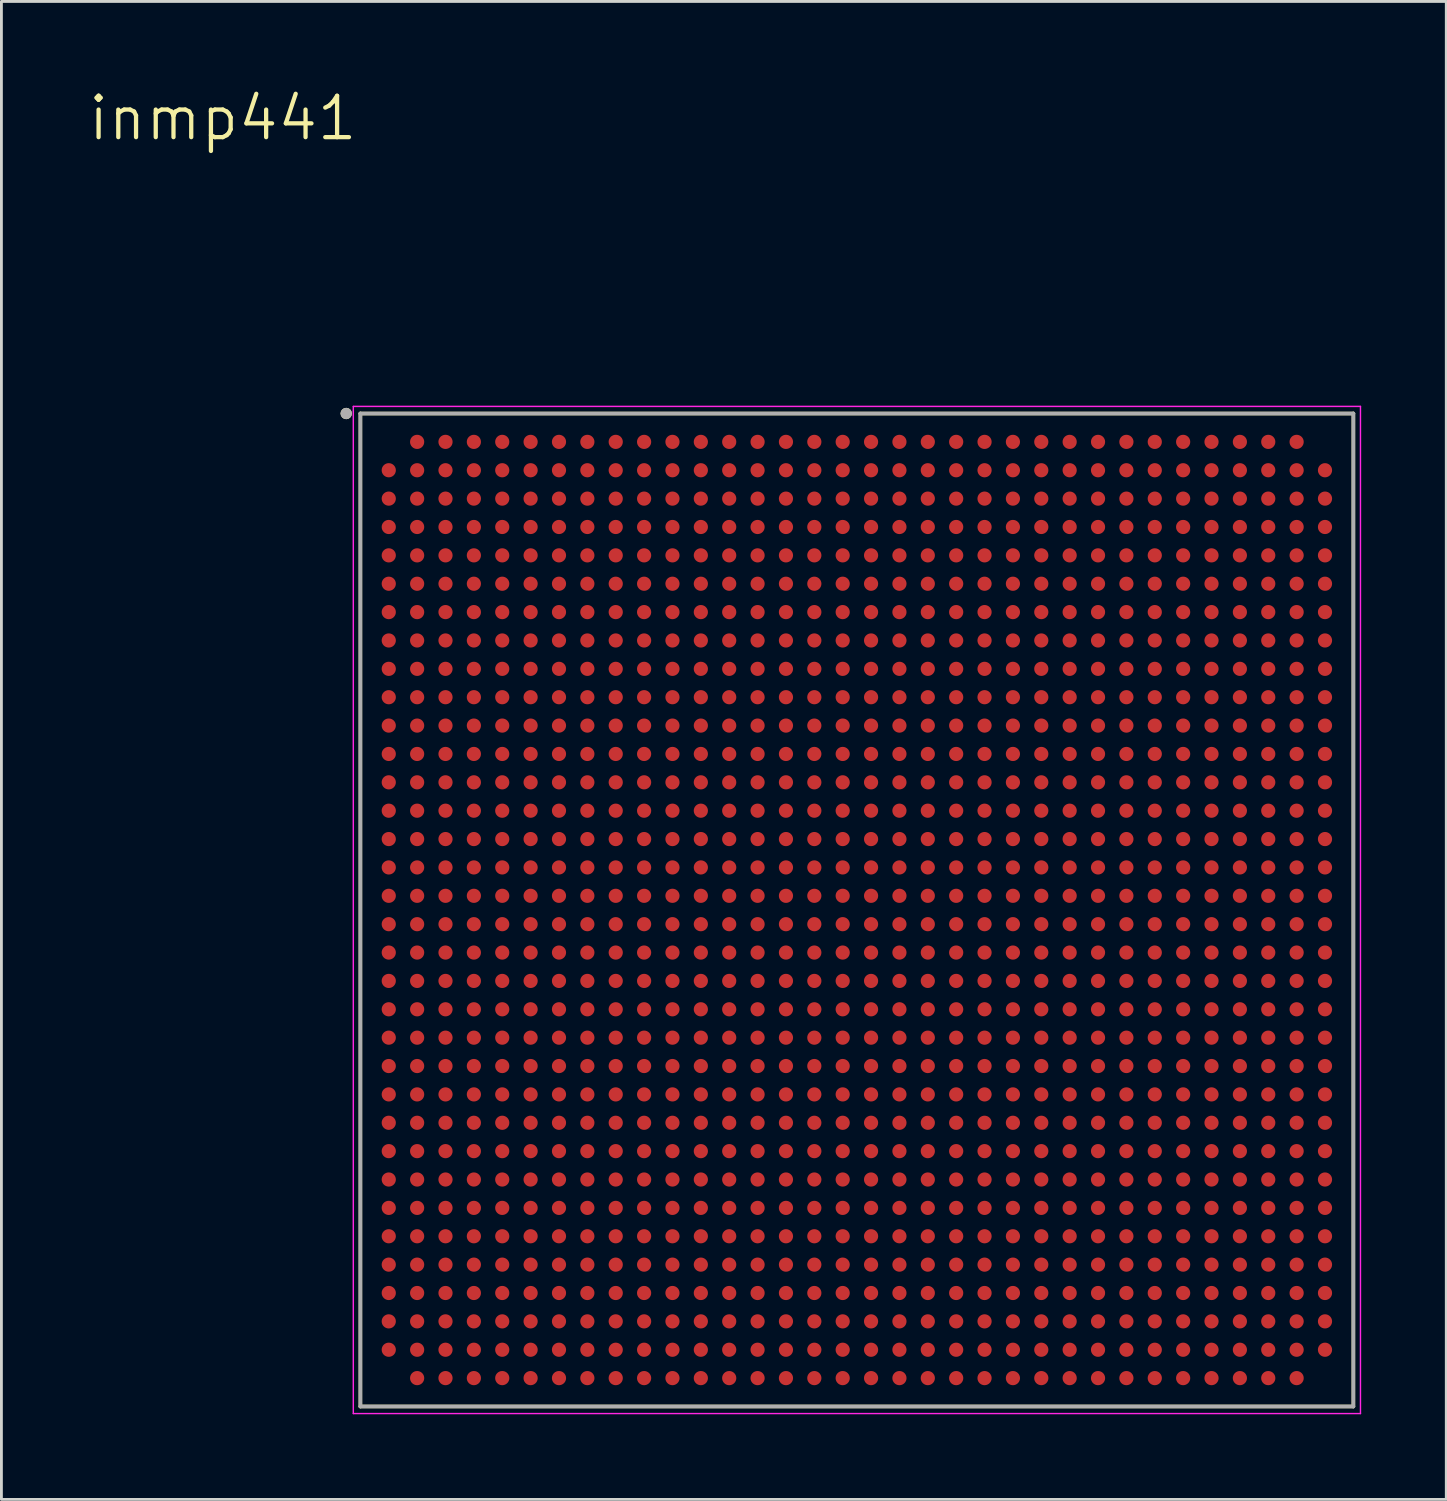
<source format=kicad_pcb>
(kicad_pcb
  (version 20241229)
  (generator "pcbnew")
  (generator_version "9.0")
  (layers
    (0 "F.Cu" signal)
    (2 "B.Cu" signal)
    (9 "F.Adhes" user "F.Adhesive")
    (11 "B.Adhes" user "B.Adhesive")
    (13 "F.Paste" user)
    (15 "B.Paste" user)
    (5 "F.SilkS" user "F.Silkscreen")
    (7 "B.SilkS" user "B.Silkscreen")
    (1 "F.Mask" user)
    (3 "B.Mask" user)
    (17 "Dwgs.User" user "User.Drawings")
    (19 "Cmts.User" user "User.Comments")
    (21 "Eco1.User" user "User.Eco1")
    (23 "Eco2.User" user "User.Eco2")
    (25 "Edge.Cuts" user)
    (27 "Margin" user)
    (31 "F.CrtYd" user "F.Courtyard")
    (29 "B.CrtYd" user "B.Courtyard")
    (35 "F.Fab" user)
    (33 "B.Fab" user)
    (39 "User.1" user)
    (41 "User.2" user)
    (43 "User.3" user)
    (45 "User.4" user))
  (footprint "inmp441"
    (layer "F.Cu")
    (at 27.153 29.025)
    (property "Reference" "inmp441" (at -22.351 -27.908 0) (layer "F.SilkS") (effects (font (size 1.459 1.459) (thickness 0.15))))
    (attr smd)
    (fp_line (start -17.5 17.5) (end -17.5 -17.5) (stroke (width 0.127) (type solid)) (layer "F.SilkS"))
    (fp_line (start 17.5 -17.5) (end -17.5 -17.5) (stroke (width 0.127) (type solid)) (layer "F.SilkS"))
    (fp_line (start 17.5 17.5) (end -17.5 17.5) (stroke (width 0.127) (type solid)) (layer "F.SilkS"))
    (fp_line (start 17.5 17.5) (end 17.5 -17.5) (stroke (width 0.127) (type solid)) (layer "F.SilkS"))
    (fp_circle (center -18 -17.5) (end -17.9 -17.5) (stroke (width 0.2) (type solid)) (fill no) (layer "F.SilkS"))
    (fp_line (start -17.75 -17.75) (end 17.75 -17.75) (stroke (width 0.05) (type solid)) (layer "F.CrtYd"))
    (fp_line (start -17.75 17.75) (end -17.75 -17.75) (stroke (width 0.05) (type solid)) (layer "F.CrtYd"))
    (fp_line (start -17.75 17.75) (end 17.75 17.75) (stroke (width 0.05) (type solid)) (layer "F.CrtYd"))
    (fp_line (start 17.75 17.75) (end 17.75 -17.75) (stroke (width 0.05) (type solid)) (layer "F.CrtYd"))
    (fp_line (start -17.5 17.5) (end -17.5 -17.5) (stroke (width 0.127) (type solid)) (layer "F.Fab"))
    (fp_line (start 17.5 -17.5) (end -17.5 -17.5) (stroke (width 0.127) (type solid)) (layer "F.Fab"))
    (fp_line (start 17.5 17.5) (end -17.5 17.5) (stroke (width 0.127) (type solid)) (layer "F.Fab"))
    (fp_line (start 17.5 17.5) (end 17.5 -17.5) (stroke (width 0.127) (type solid)) (layer "F.Fab"))
    (fp_circle (center -18 -17.5) (end -17.9 -17.5) (stroke (width 0.2) (type solid)) (fill no) (layer "F.Fab"))
    (pad "A2" smd circle (at -15.5 -16.5) (size 0.5 0.5) (layers "F.Cu" "F.Mask" "F.Paste"))
    (pad "A3" smd circle (at -14.5 -16.5) (size 0.5 0.5) (layers "F.Cu" "F.Mask" "F.Paste"))
    (pad "A4" smd circle (at -13.5 -16.5) (size 0.5 0.5) (layers "F.Cu" "F.Mask" "F.Paste"))
    (pad "A5" smd circle (at -12.5 -16.5) (size 0.5 0.5) (layers "F.Cu" "F.Mask" "F.Paste"))
    (pad "A6" smd circle (at -11.5 -16.5) (size 0.5 0.5) (layers "F.Cu" "F.Mask" "F.Paste"))
    (pad "A7" smd circle (at -10.5 -16.5) (size 0.5 0.5) (layers "F.Cu" "F.Mask" "F.Paste"))
    (pad "A8" smd circle (at -9.5 -16.5) (size 0.5 0.5) (layers "F.Cu" "F.Mask" "F.Paste"))
    (pad "A9" smd circle (at -8.5 -16.5) (size 0.5 0.5) (layers "F.Cu" "F.Mask" "F.Paste"))
    (pad "A10" smd circle (at -7.5 -16.5) (size 0.5 0.5) (layers "F.Cu" "F.Mask" "F.Paste"))
    (pad "A11" smd circle (at -6.5 -16.5) (size 0.5 0.5) (layers "F.Cu" "F.Mask" "F.Paste"))
    (pad "A12" smd circle (at -5.5 -16.5) (size 0.5 0.5) (layers "F.Cu" "F.Mask" "F.Paste"))
    (pad "A13" smd circle (at -4.5 -16.5) (size 0.5 0.5) (layers "F.Cu" "F.Mask" "F.Paste"))
    (pad "A14" smd circle (at -3.5 -16.5) (size 0.5 0.5) (layers "F.Cu" "F.Mask" "F.Paste"))
    (pad "A15" smd circle (at -2.5 -16.5) (size 0.5 0.5) (layers "F.Cu" "F.Mask" "F.Paste"))
    (pad "A16" smd circle (at -1.5 -16.5) (size 0.5 0.5) (layers "F.Cu" "F.Mask" "F.Paste"))
    (pad "A17" smd circle (at -0.5 -16.5) (size 0.5 0.5) (layers "F.Cu" "F.Mask" "F.Paste"))
    (pad "A18" smd circle (at 0.5 -16.5) (size 0.5 0.5) (layers "F.Cu" "F.Mask" "F.Paste"))
    (pad "A19" smd circle (at 1.5 -16.5) (size 0.5 0.5) (layers "F.Cu" "F.Mask" "F.Paste"))
    (pad "A20" smd circle (at 2.5 -16.5) (size 0.5 0.5) (layers "F.Cu" "F.Mask" "F.Paste"))
    (pad "A21" smd circle (at 3.5 -16.5) (size 0.5 0.5) (layers "F.Cu" "F.Mask" "F.Paste"))
    (pad "A22" smd circle (at 4.5 -16.5) (size 0.5 0.5) (layers "F.Cu" "F.Mask" "F.Paste"))
    (pad "A23" smd circle (at 5.5 -16.5) (size 0.5 0.5) (layers "F.Cu" "F.Mask" "F.Paste"))
    (pad "A24" smd circle (at 6.5 -16.5) (size 0.5 0.5) (layers "F.Cu" "F.Mask" "F.Paste"))
    (pad "A25" smd circle (at 7.5 -16.5) (size 0.5 0.5) (layers "F.Cu" "F.Mask" "F.Paste"))
    (pad "A26" smd circle (at 8.5 -16.5) (size 0.5 0.5) (layers "F.Cu" "F.Mask" "F.Paste"))
    (pad "A27" smd circle (at 9.5 -16.5) (size 0.5 0.5) (layers "F.Cu" "F.Mask" "F.Paste"))
    (pad "A28" smd circle (at 10.5 -16.5) (size 0.5 0.5) (layers "F.Cu" "F.Mask" "F.Paste"))
    (pad "A29" smd circle (at 11.5 -16.5) (size 0.5 0.5) (layers "F.Cu" "F.Mask" "F.Paste"))
    (pad "A30" smd circle (at 12.5 -16.5) (size 0.5 0.5) (layers "F.Cu" "F.Mask" "F.Paste"))
    (pad "A31" smd circle (at 13.5 -16.5) (size 0.5 0.5) (layers "F.Cu" "F.Mask" "F.Paste"))
    (pad "A32" smd circle (at 14.5 -16.5) (size 0.5 0.5) (layers "F.Cu" "F.Mask" "F.Paste"))
    (pad "A33" smd circle (at 15.5 -16.5) (size 0.5 0.5) (layers "F.Cu" "F.Mask" "F.Paste"))
    (pad "AA1" smd circle (at -16.5 3.5) (size 0.5 0.5) (layers "F.Cu" "F.Mask" "F.Paste"))
    (pad "AA2" smd circle (at -15.5 3.5) (size 0.5 0.5) (layers "F.Cu" "F.Mask" "F.Paste"))
    (pad "AA3" smd circle (at -14.5 3.5) (size 0.5 0.5) (layers "F.Cu" "F.Mask" "F.Paste"))
    (pad "AA4" smd circle (at -13.5 3.5) (size 0.5 0.5) (layers "F.Cu" "F.Mask" "F.Paste"))
    (pad "AA5" smd circle (at -12.5 3.5) (size 0.5 0.5) (layers "F.Cu" "F.Mask" "F.Paste"))
    (pad "AA6" smd circle (at -11.5 3.5) (size 0.5 0.5) (layers "F.Cu" "F.Mask" "F.Paste"))
    (pad "AA7" smd circle (at -10.5 3.5) (size 0.5 0.5) (layers "F.Cu" "F.Mask" "F.Paste"))
    (pad "AA8" smd circle (at -9.5 3.5) (size 0.5 0.5) (layers "F.Cu" "F.Mask" "F.Paste"))
    (pad "AA9" smd circle (at -8.5 3.5) (size 0.5 0.5) (layers "F.Cu" "F.Mask" "F.Paste"))
    (pad "AA10" smd circle (at -7.5 3.5) (size 0.5 0.5) (layers "F.Cu" "F.Mask" "F.Paste"))
    (pad "AA11" smd circle (at -6.5 3.5) (size 0.5 0.5) (layers "F.Cu" "F.Mask" "F.Paste"))
    (pad "AA12" smd circle (at -5.5 3.5) (size 0.5 0.5) (layers "F.Cu" "F.Mask" "F.Paste"))
    (pad "AA13" smd circle (at -4.5 3.5) (size 0.5 0.5) (layers "F.Cu" "F.Mask" "F.Paste"))
    (pad "AA14" smd circle (at -3.5 3.5) (size 0.5 0.5) (layers "F.Cu" "F.Mask" "F.Paste"))
    (pad "AA15" smd circle (at -2.5 3.5) (size 0.5 0.5) (layers "F.Cu" "F.Mask" "F.Paste"))
    (pad "AA16" smd circle (at -1.5 3.5) (size 0.5 0.5) (layers "F.Cu" "F.Mask" "F.Paste"))
    (pad "AA17" smd circle (at -0.5 3.5) (size 0.5 0.5) (layers "F.Cu" "F.Mask" "F.Paste"))
    (pad "AA18" smd circle (at 0.5 3.5) (size 0.5 0.5) (layers "F.Cu" "F.Mask" "F.Paste"))
    (pad "AA19" smd circle (at 1.5 3.5) (size 0.5 0.5) (layers "F.Cu" "F.Mask" "F.Paste"))
    (pad "AA20" smd circle (at 2.5 3.5) (size 0.5 0.5) (layers "F.Cu" "F.Mask" "F.Paste"))
    (pad "AA21" smd circle (at 3.5 3.5) (size 0.5 0.5) (layers "F.Cu" "F.Mask" "F.Paste"))
    (pad "AA22" smd circle (at 4.5 3.5) (size 0.5 0.5) (layers "F.Cu" "F.Mask" "F.Paste"))
    (pad "AA23" smd circle (at 5.5 3.5) (size 0.5 0.5) (layers "F.Cu" "F.Mask" "F.Paste"))
    (pad "AA24" smd circle (at 6.5 3.5) (size 0.5 0.5) (layers "F.Cu" "F.Mask" "F.Paste"))
    (pad "AA25" smd circle (at 7.5 3.5) (size 0.5 0.5) (layers "F.Cu" "F.Mask" "F.Paste"))
    (pad "AA26" smd circle (at 8.5 3.5) (size 0.5 0.5) (layers "F.Cu" "F.Mask" "F.Paste"))
    (pad "AA27" smd circle (at 9.5 3.5) (size 0.5 0.5) (layers "F.Cu" "F.Mask" "F.Paste"))
    (pad "AA28" smd circle (at 10.5 3.5) (size 0.5 0.5) (layers "F.Cu" "F.Mask" "F.Paste"))
    (pad "AA29" smd circle (at 11.5 3.5) (size 0.5 0.5) (layers "F.Cu" "F.Mask" "F.Paste"))
    (pad "AA30" smd circle (at 12.5 3.5) (size 0.5 0.5) (layers "F.Cu" "F.Mask" "F.Paste"))
    (pad "AA31" smd circle (at 13.5 3.5) (size 0.5 0.5) (layers "F.Cu" "F.Mask" "F.Paste"))
    (pad "AA32" smd circle (at 14.5 3.5) (size 0.5 0.5) (layers "F.Cu" "F.Mask" "F.Paste"))
    (pad "AA33" smd circle (at 15.5 3.5) (size 0.5 0.5) (layers "F.Cu" "F.Mask" "F.Paste"))
    (pad "AA34" smd circle (at 16.5 3.5) (size 0.5 0.5) (layers "F.Cu" "F.Mask" "F.Paste"))
    (pad "AB1" smd circle (at -16.5 4.5) (size 0.5 0.5) (layers "F.Cu" "F.Mask" "F.Paste"))
    (pad "AB2" smd circle (at -15.5 4.5) (size 0.5 0.5) (layers "F.Cu" "F.Mask" "F.Paste"))
    (pad "AB3" smd circle (at -14.5 4.5) (size 0.5 0.5) (layers "F.Cu" "F.Mask" "F.Paste"))
    (pad "AB4" smd circle (at -13.5 4.5) (size 0.5 0.5) (layers "F.Cu" "F.Mask" "F.Paste"))
    (pad "AB5" smd circle (at -12.5 4.5) (size 0.5 0.5) (layers "F.Cu" "F.Mask" "F.Paste"))
    (pad "AB6" smd circle (at -11.5 4.5) (size 0.5 0.5) (layers "F.Cu" "F.Mask" "F.Paste"))
    (pad "AB7" smd circle (at -10.5 4.5) (size 0.5 0.5) (layers "F.Cu" "F.Mask" "F.Paste"))
    (pad "AB8" smd circle (at -9.5 4.5) (size 0.5 0.5) (layers "F.Cu" "F.Mask" "F.Paste"))
    (pad "AB9" smd circle (at -8.5 4.5) (size 0.5 0.5) (layers "F.Cu" "F.Mask" "F.Paste"))
    (pad "AB10" smd circle (at -7.5 4.5) (size 0.5 0.5) (layers "F.Cu" "F.Mask" "F.Paste"))
    (pad "AB11" smd circle (at -6.5 4.5) (size 0.5 0.5) (layers "F.Cu" "F.Mask" "F.Paste"))
    (pad "AB12" smd circle (at -5.5 4.5) (size 0.5 0.5) (layers "F.Cu" "F.Mask" "F.Paste"))
    (pad "AB13" smd circle (at -4.5 4.5) (size 0.5 0.5) (layers "F.Cu" "F.Mask" "F.Paste"))
    (pad "AB14" smd circle (at -3.5 4.5) (size 0.5 0.5) (layers "F.Cu" "F.Mask" "F.Paste"))
    (pad "AB15" smd circle (at -2.5 4.5) (size 0.5 0.5) (layers "F.Cu" "F.Mask" "F.Paste"))
    (pad "AB16" smd circle (at -1.5 4.5) (size 0.5 0.5) (layers "F.Cu" "F.Mask" "F.Paste"))
    (pad "AB17" smd circle (at -0.5 4.5) (size 0.5 0.5) (layers "F.Cu" "F.Mask" "F.Paste"))
    (pad "AB18" smd circle (at 0.5 4.5) (size 0.5 0.5) (layers "F.Cu" "F.Mask" "F.Paste"))
    (pad "AB19" smd circle (at 1.5 4.5) (size 0.5 0.5) (layers "F.Cu" "F.Mask" "F.Paste"))
    (pad "AB20" smd circle (at 2.5 4.5) (size 0.5 0.5) (layers "F.Cu" "F.Mask" "F.Paste"))
    (pad "AB21" smd circle (at 3.5 4.5) (size 0.5 0.5) (layers "F.Cu" "F.Mask" "F.Paste"))
    (pad "AB22" smd circle (at 4.5 4.5) (size 0.5 0.5) (layers "F.Cu" "F.Mask" "F.Paste"))
    (pad "AB23" smd circle (at 5.5 4.5) (size 0.5 0.5) (layers "F.Cu" "F.Mask" "F.Paste"))
    (pad "AB24" smd circle (at 6.5 4.5) (size 0.5 0.5) (layers "F.Cu" "F.Mask" "F.Paste"))
    (pad "AB25" smd circle (at 7.5 4.5) (size 0.5 0.5) (layers "F.Cu" "F.Mask" "F.Paste"))
    (pad "AB26" smd circle (at 8.5 4.5) (size 0.5 0.5) (layers "F.Cu" "F.Mask" "F.Paste"))
    (pad "AB27" smd circle (at 9.5 4.5) (size 0.5 0.5) (layers "F.Cu" "F.Mask" "F.Paste"))
    (pad "AB28" smd circle (at 10.5 4.5) (size 0.5 0.5) (layers "F.Cu" "F.Mask" "F.Paste"))
    (pad "AB29" smd circle (at 11.5 4.5) (size 0.5 0.5) (layers "F.Cu" "F.Mask" "F.Paste"))
    (pad "AB30" smd circle (at 12.5 4.5) (size 0.5 0.5) (layers "F.Cu" "F.Mask" "F.Paste"))
    (pad "AB31" smd circle (at 13.5 4.5) (size 0.5 0.5) (layers "F.Cu" "F.Mask" "F.Paste"))
    (pad "AB32" smd circle (at 14.5 4.5) (size 0.5 0.5) (layers "F.Cu" "F.Mask" "F.Paste"))
    (pad "AB33" smd circle (at 15.5 4.5) (size 0.5 0.5) (layers "F.Cu" "F.Mask" "F.Paste"))
    (pad "AB34" smd circle (at 16.5 4.5) (size 0.5 0.5) (layers "F.Cu" "F.Mask" "F.Paste"))
    (pad "AC1" smd circle (at -16.5 5.5) (size 0.5 0.5) (layers "F.Cu" "F.Mask" "F.Paste"))
    (pad "AC2" smd circle (at -15.5 5.5) (size 0.5 0.5) (layers "F.Cu" "F.Mask" "F.Paste"))
    (pad "AC3" smd circle (at -14.5 5.5) (size 0.5 0.5) (layers "F.Cu" "F.Mask" "F.Paste"))
    (pad "AC4" smd circle (at -13.5 5.5) (size 0.5 0.5) (layers "F.Cu" "F.Mask" "F.Paste"))
    (pad "AC5" smd circle (at -12.5 5.5) (size 0.5 0.5) (layers "F.Cu" "F.Mask" "F.Paste"))
    (pad "AC6" smd circle (at -11.5 5.5) (size 0.5 0.5) (layers "F.Cu" "F.Mask" "F.Paste"))
    (pad "AC7" smd circle (at -10.5 5.5) (size 0.5 0.5) (layers "F.Cu" "F.Mask" "F.Paste"))
    (pad "AC8" smd circle (at -9.5 5.5) (size 0.5 0.5) (layers "F.Cu" "F.Mask" "F.Paste"))
    (pad "AC9" smd circle (at -8.5 5.5) (size 0.5 0.5) (layers "F.Cu" "F.Mask" "F.Paste"))
    (pad "AC10" smd circle (at -7.5 5.5) (size 0.5 0.5) (layers "F.Cu" "F.Mask" "F.Paste"))
    (pad "AC11" smd circle (at -6.5 5.5) (size 0.5 0.5) (layers "F.Cu" "F.Mask" "F.Paste"))
    (pad "AC12" smd circle (at -5.5 5.5) (size 0.5 0.5) (layers "F.Cu" "F.Mask" "F.Paste"))
    (pad "AC13" smd circle (at -4.5 5.5) (size 0.5 0.5) (layers "F.Cu" "F.Mask" "F.Paste"))
    (pad "AC14" smd circle (at -3.5 5.5) (size 0.5 0.5) (layers "F.Cu" "F.Mask" "F.Paste"))
    (pad "AC15" smd circle (at -2.5 5.5) (size 0.5 0.5) (layers "F.Cu" "F.Mask" "F.Paste"))
    (pad "AC16" smd circle (at -1.5 5.5) (size 0.5 0.5) (layers "F.Cu" "F.Mask" "F.Paste"))
    (pad "AC17" smd circle (at -0.5 5.5) (size 0.5 0.5) (layers "F.Cu" "F.Mask" "F.Paste"))
    (pad "AC18" smd circle (at 0.5 5.5) (size 0.5 0.5) (layers "F.Cu" "F.Mask" "F.Paste"))
    (pad "AC19" smd circle (at 1.5 5.5) (size 0.5 0.5) (layers "F.Cu" "F.Mask" "F.Paste"))
    (pad "AC20" smd circle (at 2.5 5.5) (size 0.5 0.5) (layers "F.Cu" "F.Mask" "F.Paste"))
    (pad "AC21" smd circle (at 3.5 5.5) (size 0.5 0.5) (layers "F.Cu" "F.Mask" "F.Paste"))
    (pad "AC22" smd circle (at 4.5 5.5) (size 0.5 0.5) (layers "F.Cu" "F.Mask" "F.Paste"))
    (pad "AC23" smd circle (at 5.5 5.5) (size 0.5 0.5) (layers "F.Cu" "F.Mask" "F.Paste"))
    (pad "AC24" smd circle (at 6.5 5.5) (size 0.5 0.5) (layers "F.Cu" "F.Mask" "F.Paste"))
    (pad "AC25" smd circle (at 7.5 5.5) (size 0.5 0.5) (layers "F.Cu" "F.Mask" "F.Paste"))
    (pad "AC26" smd circle (at 8.5 5.5) (size 0.5 0.5) (layers "F.Cu" "F.Mask" "F.Paste"))
    (pad "AC27" smd circle (at 9.5 5.5) (size 0.5 0.5) (layers "F.Cu" "F.Mask" "F.Paste"))
    (pad "AC28" smd circle (at 10.5 5.5) (size 0.5 0.5) (layers "F.Cu" "F.Mask" "F.Paste"))
    (pad "AC29" smd circle (at 11.5 5.5) (size 0.5 0.5) (layers "F.Cu" "F.Mask" "F.Paste"))
    (pad "AC30" smd circle (at 12.5 5.5) (size 0.5 0.5) (layers "F.Cu" "F.Mask" "F.Paste"))
    (pad "AC31" smd circle (at 13.5 5.5) (size 0.5 0.5) (layers "F.Cu" "F.Mask" "F.Paste"))
    (pad "AC32" smd circle (at 14.5 5.5) (size 0.5 0.5) (layers "F.Cu" "F.Mask" "F.Paste"))
    (pad "AC33" smd circle (at 15.5 5.5) (size 0.5 0.5) (layers "F.Cu" "F.Mask" "F.Paste"))
    (pad "AC34" smd circle (at 16.5 5.5) (size 0.5 0.5) (layers "F.Cu" "F.Mask" "F.Paste"))
    (pad "AD1" smd circle (at -16.5 6.5) (size 0.5 0.5) (layers "F.Cu" "F.Mask" "F.Paste"))
    (pad "AD2" smd circle (at -15.5 6.5) (size 0.5 0.5) (layers "F.Cu" "F.Mask" "F.Paste"))
    (pad "AD3" smd circle (at -14.5 6.5) (size 0.5 0.5) (layers "F.Cu" "F.Mask" "F.Paste"))
    (pad "AD4" smd circle (at -13.5 6.5) (size 0.5 0.5) (layers "F.Cu" "F.Mask" "F.Paste"))
    (pad "AD5" smd circle (at -12.5 6.5) (size 0.5 0.5) (layers "F.Cu" "F.Mask" "F.Paste"))
    (pad "AD6" smd circle (at -11.5 6.5) (size 0.5 0.5) (layers "F.Cu" "F.Mask" "F.Paste"))
    (pad "AD7" smd circle (at -10.5 6.5) (size 0.5 0.5) (layers "F.Cu" "F.Mask" "F.Paste"))
    (pad "AD8" smd circle (at -9.5 6.5) (size 0.5 0.5) (layers "F.Cu" "F.Mask" "F.Paste"))
    (pad "AD9" smd circle (at -8.5 6.5) (size 0.5 0.5) (layers "F.Cu" "F.Mask" "F.Paste"))
    (pad "AD10" smd circle (at -7.5 6.5) (size 0.5 0.5) (layers "F.Cu" "F.Mask" "F.Paste"))
    (pad "AD11" smd circle (at -6.5 6.5) (size 0.5 0.5) (layers "F.Cu" "F.Mask" "F.Paste"))
    (pad "AD12" smd circle (at -5.5 6.5) (size 0.5 0.5) (layers "F.Cu" "F.Mask" "F.Paste"))
    (pad "AD13" smd circle (at -4.5 6.5) (size 0.5 0.5) (layers "F.Cu" "F.Mask" "F.Paste"))
    (pad "AD14" smd circle (at -3.5 6.5) (size 0.5 0.5) (layers "F.Cu" "F.Mask" "F.Paste"))
    (pad "AD15" smd circle (at -2.5 6.5) (size 0.5 0.5) (layers "F.Cu" "F.Mask" "F.Paste"))
    (pad "AD16" smd circle (at -1.5 6.5) (size 0.5 0.5) (layers "F.Cu" "F.Mask" "F.Paste"))
    (pad "AD17" smd circle (at -0.5 6.5) (size 0.5 0.5) (layers "F.Cu" "F.Mask" "F.Paste"))
    (pad "AD18" smd circle (at 0.5 6.5) (size 0.5 0.5) (layers "F.Cu" "F.Mask" "F.Paste"))
    (pad "AD19" smd circle (at 1.5 6.5) (size 0.5 0.5) (layers "F.Cu" "F.Mask" "F.Paste"))
    (pad "AD20" smd circle (at 2.5 6.5) (size 0.5 0.5) (layers "F.Cu" "F.Mask" "F.Paste"))
    (pad "AD21" smd circle (at 3.5 6.5) (size 0.5 0.5) (layers "F.Cu" "F.Mask" "F.Paste"))
    (pad "AD22" smd circle (at 4.5 6.5) (size 0.5 0.5) (layers "F.Cu" "F.Mask" "F.Paste"))
    (pad "AD23" smd circle (at 5.5 6.5) (size 0.5 0.5) (layers "F.Cu" "F.Mask" "F.Paste"))
    (pad "AD24" smd circle (at 6.5 6.5) (size 0.5 0.5) (layers "F.Cu" "F.Mask" "F.Paste"))
    (pad "AD25" smd circle (at 7.5 6.5) (size 0.5 0.5) (layers "F.Cu" "F.Mask" "F.Paste"))
    (pad "AD26" smd circle (at 8.5 6.5) (size 0.5 0.5) (layers "F.Cu" "F.Mask" "F.Paste"))
    (pad "AD27" smd circle (at 9.5 6.5) (size 0.5 0.5) (layers "F.Cu" "F.Mask" "F.Paste"))
    (pad "AD28" smd circle (at 10.5 6.5) (size 0.5 0.5) (layers "F.Cu" "F.Mask" "F.Paste"))
    (pad "AD29" smd circle (at 11.5 6.5) (size 0.5 0.5) (layers "F.Cu" "F.Mask" "F.Paste"))
    (pad "AD30" smd circle (at 12.5 6.5) (size 0.5 0.5) (layers "F.Cu" "F.Mask" "F.Paste"))
    (pad "AD31" smd circle (at 13.5 6.5) (size 0.5 0.5) (layers "F.Cu" "F.Mask" "F.Paste"))
    (pad "AD32" smd circle (at 14.5 6.5) (size 0.5 0.5) (layers "F.Cu" "F.Mask" "F.Paste"))
    (pad "AD33" smd circle (at 15.5 6.5) (size 0.5 0.5) (layers "F.Cu" "F.Mask" "F.Paste"))
    (pad "AD34" smd circle (at 16.5 6.5) (size 0.5 0.5) (layers "F.Cu" "F.Mask" "F.Paste"))
    (pad "AE1" smd circle (at -16.5 7.5) (size 0.5 0.5) (layers "F.Cu" "F.Mask" "F.Paste"))
    (pad "AE2" smd circle (at -15.5 7.5) (size 0.5 0.5) (layers "F.Cu" "F.Mask" "F.Paste"))
    (pad "AE3" smd circle (at -14.5 7.5) (size 0.5 0.5) (layers "F.Cu" "F.Mask" "F.Paste"))
    (pad "AE4" smd circle (at -13.5 7.5) (size 0.5 0.5) (layers "F.Cu" "F.Mask" "F.Paste"))
    (pad "AE5" smd circle (at -12.5 7.5) (size 0.5 0.5) (layers "F.Cu" "F.Mask" "F.Paste"))
    (pad "AE6" smd circle (at -11.5 7.5) (size 0.5 0.5) (layers "F.Cu" "F.Mask" "F.Paste"))
    (pad "AE7" smd circle (at -10.5 7.5) (size 0.5 0.5) (layers "F.Cu" "F.Mask" "F.Paste"))
    (pad "AE8" smd circle (at -9.5 7.5) (size 0.5 0.5) (layers "F.Cu" "F.Mask" "F.Paste"))
    (pad "AE9" smd circle (at -8.5 7.5) (size 0.5 0.5) (layers "F.Cu" "F.Mask" "F.Paste"))
    (pad "AE10" smd circle (at -7.5 7.5) (size 0.5 0.5) (layers "F.Cu" "F.Mask" "F.Paste"))
    (pad "AE11" smd circle (at -6.5 7.5) (size 0.5 0.5) (layers "F.Cu" "F.Mask" "F.Paste"))
    (pad "AE12" smd circle (at -5.5 7.5) (size 0.5 0.5) (layers "F.Cu" "F.Mask" "F.Paste"))
    (pad "AE13" smd circle (at -4.5 7.5) (size 0.5 0.5) (layers "F.Cu" "F.Mask" "F.Paste"))
    (pad "AE14" smd circle (at -3.5 7.5) (size 0.5 0.5) (layers "F.Cu" "F.Mask" "F.Paste"))
    (pad "AE15" smd circle (at -2.5 7.5) (size 0.5 0.5) (layers "F.Cu" "F.Mask" "F.Paste"))
    (pad "AE16" smd circle (at -1.5 7.5) (size 0.5 0.5) (layers "F.Cu" "F.Mask" "F.Paste"))
    (pad "AE17" smd circle (at -0.5 7.5) (size 0.5 0.5) (layers "F.Cu" "F.Mask" "F.Paste"))
    (pad "AE18" smd circle (at 0.5 7.5) (size 0.5 0.5) (layers "F.Cu" "F.Mask" "F.Paste"))
    (pad "AE19" smd circle (at 1.5 7.5) (size 0.5 0.5) (layers "F.Cu" "F.Mask" "F.Paste"))
    (pad "AE20" smd circle (at 2.5 7.5) (size 0.5 0.5) (layers "F.Cu" "F.Mask" "F.Paste"))
    (pad "AE21" smd circle (at 3.5 7.5) (size 0.5 0.5) (layers "F.Cu" "F.Mask" "F.Paste"))
    (pad "AE22" smd circle (at 4.5 7.5) (size 0.5 0.5) (layers "F.Cu" "F.Mask" "F.Paste"))
    (pad "AE23" smd circle (at 5.5 7.5) (size 0.5 0.5) (layers "F.Cu" "F.Mask" "F.Paste"))
    (pad "AE24" smd circle (at 6.5 7.5) (size 0.5 0.5) (layers "F.Cu" "F.Mask" "F.Paste"))
    (pad "AE25" smd circle (at 7.5 7.5) (size 0.5 0.5) (layers "F.Cu" "F.Mask" "F.Paste"))
    (pad "AE26" smd circle (at 8.5 7.5) (size 0.5 0.5) (layers "F.Cu" "F.Mask" "F.Paste"))
    (pad "AE27" smd circle (at 9.5 7.5) (size 0.5 0.5) (layers "F.Cu" "F.Mask" "F.Paste"))
    (pad "AE28" smd circle (at 10.5 7.5) (size 0.5 0.5) (layers "F.Cu" "F.Mask" "F.Paste"))
    (pad "AE29" smd circle (at 11.5 7.5) (size 0.5 0.5) (layers "F.Cu" "F.Mask" "F.Paste"))
    (pad "AE30" smd circle (at 12.5 7.5) (size 0.5 0.5) (layers "F.Cu" "F.Mask" "F.Paste"))
    (pad "AE31" smd circle (at 13.5 7.5) (size 0.5 0.5) (layers "F.Cu" "F.Mask" "F.Paste"))
    (pad "AE32" smd circle (at 14.5 7.5) (size 0.5 0.5) (layers "F.Cu" "F.Mask" "F.Paste"))
    (pad "AE33" smd circle (at 15.5 7.5) (size 0.5 0.5) (layers "F.Cu" "F.Mask" "F.Paste"))
    (pad "AE34" smd circle (at 16.5 7.5) (size 0.5 0.5) (layers "F.Cu" "F.Mask" "F.Paste"))
    (pad "AF1" smd circle (at -16.5 8.5) (size 0.5 0.5) (layers "F.Cu" "F.Mask" "F.Paste"))
    (pad "AF2" smd circle (at -15.5 8.5) (size 0.5 0.5) (layers "F.Cu" "F.Mask" "F.Paste"))
    (pad "AF3" smd circle (at -14.5 8.5) (size 0.5 0.5) (layers "F.Cu" "F.Mask" "F.Paste"))
    (pad "AF4" smd circle (at -13.5 8.5) (size 0.5 0.5) (layers "F.Cu" "F.Mask" "F.Paste"))
    (pad "AF5" smd circle (at -12.5 8.5) (size 0.5 0.5) (layers "F.Cu" "F.Mask" "F.Paste"))
    (pad "AF6" smd circle (at -11.5 8.5) (size 0.5 0.5) (layers "F.Cu" "F.Mask" "F.Paste"))
    (pad "AF7" smd circle (at -10.5 8.5) (size 0.5 0.5) (layers "F.Cu" "F.Mask" "F.Paste"))
    (pad "AF8" smd circle (at -9.5 8.5) (size 0.5 0.5) (layers "F.Cu" "F.Mask" "F.Paste"))
    (pad "AF9" smd circle (at -8.5 8.5) (size 0.5 0.5) (layers "F.Cu" "F.Mask" "F.Paste"))
    (pad "AF10" smd circle (at -7.5 8.5) (size 0.5 0.5) (layers "F.Cu" "F.Mask" "F.Paste"))
    (pad "AF11" smd circle (at -6.5 8.5) (size 0.5 0.5) (layers "F.Cu" "F.Mask" "F.Paste"))
    (pad "AF12" smd circle (at -5.5 8.5) (size 0.5 0.5) (layers "F.Cu" "F.Mask" "F.Paste"))
    (pad "AF13" smd circle (at -4.5 8.5) (size 0.5 0.5) (layers "F.Cu" "F.Mask" "F.Paste"))
    (pad "AF14" smd circle (at -3.5 8.5) (size 0.5 0.5) (layers "F.Cu" "F.Mask" "F.Paste"))
    (pad "AF15" smd circle (at -2.5 8.5) (size 0.5 0.5) (layers "F.Cu" "F.Mask" "F.Paste"))
    (pad "AF16" smd circle (at -1.5 8.5) (size 0.5 0.5) (layers "F.Cu" "F.Mask" "F.Paste"))
    (pad "AF17" smd circle (at -0.5 8.5) (size 0.5 0.5) (layers "F.Cu" "F.Mask" "F.Paste"))
    (pad "AF18" smd circle (at 0.5 8.5) (size 0.5 0.5) (layers "F.Cu" "F.Mask" "F.Paste"))
    (pad "AF19" smd circle (at 1.5 8.5) (size 0.5 0.5) (layers "F.Cu" "F.Mask" "F.Paste"))
    (pad "AF20" smd circle (at 2.5 8.5) (size 0.5 0.5) (layers "F.Cu" "F.Mask" "F.Paste"))
    (pad "AF21" smd circle (at 3.5 8.5) (size 0.5 0.5) (layers "F.Cu" "F.Mask" "F.Paste"))
    (pad "AF22" smd circle (at 4.5 8.5) (size 0.5 0.5) (layers "F.Cu" "F.Mask" "F.Paste"))
    (pad "AF23" smd circle (at 5.5 8.5) (size 0.5 0.5) (layers "F.Cu" "F.Mask" "F.Paste"))
    (pad "AF24" smd circle (at 6.5 8.5) (size 0.5 0.5) (layers "F.Cu" "F.Mask" "F.Paste"))
    (pad "AF25" smd circle (at 7.5 8.5) (size 0.5 0.5) (layers "F.Cu" "F.Mask" "F.Paste"))
    (pad "AF26" smd circle (at 8.5 8.5) (size 0.5 0.5) (layers "F.Cu" "F.Mask" "F.Paste"))
    (pad "AF27" smd circle (at 9.5 8.5) (size 0.5 0.5) (layers "F.Cu" "F.Mask" "F.Paste"))
    (pad "AF28" smd circle (at 10.5 8.5) (size 0.5 0.5) (layers "F.Cu" "F.Mask" "F.Paste"))
    (pad "AF29" smd circle (at 11.5 8.5) (size 0.5 0.5) (layers "F.Cu" "F.Mask" "F.Paste"))
    (pad "AF30" smd circle (at 12.5 8.5) (size 0.5 0.5) (layers "F.Cu" "F.Mask" "F.Paste"))
    (pad "AF31" smd circle (at 13.5 8.5) (size 0.5 0.5) (layers "F.Cu" "F.Mask" "F.Paste"))
    (pad "AF32" smd circle (at 14.5 8.5) (size 0.5 0.5) (layers "F.Cu" "F.Mask" "F.Paste"))
    (pad "AF33" smd circle (at 15.5 8.5) (size 0.5 0.5) (layers "F.Cu" "F.Mask" "F.Paste"))
    (pad "AF34" smd circle (at 16.5 8.5) (size 0.5 0.5) (layers "F.Cu" "F.Mask" "F.Paste"))
    (pad "AG1" smd circle (at -16.5 9.5) (size 0.5 0.5) (layers "F.Cu" "F.Mask" "F.Paste"))
    (pad "AG2" smd circle (at -15.5 9.5) (size 0.5 0.5) (layers "F.Cu" "F.Mask" "F.Paste"))
    (pad "AG3" smd circle (at -14.5 9.5) (size 0.5 0.5) (layers "F.Cu" "F.Mask" "F.Paste"))
    (pad "AG4" smd circle (at -13.5 9.5) (size 0.5 0.5) (layers "F.Cu" "F.Mask" "F.Paste"))
    (pad "AG5" smd circle (at -12.5 9.5) (size 0.5 0.5) (layers "F.Cu" "F.Mask" "F.Paste"))
    (pad "AG6" smd circle (at -11.5 9.5) (size 0.5 0.5) (layers "F.Cu" "F.Mask" "F.Paste"))
    (pad "AG7" smd circle (at -10.5 9.5) (size 0.5 0.5) (layers "F.Cu" "F.Mask" "F.Paste"))
    (pad "AG8" smd circle (at -9.5 9.5) (size 0.5 0.5) (layers "F.Cu" "F.Mask" "F.Paste"))
    (pad "AG9" smd circle (at -8.5 9.5) (size 0.5 0.5) (layers "F.Cu" "F.Mask" "F.Paste"))
    (pad "AG10" smd circle (at -7.5 9.5) (size 0.5 0.5) (layers "F.Cu" "F.Mask" "F.Paste"))
    (pad "AG11" smd circle (at -6.5 9.5) (size 0.5 0.5) (layers "F.Cu" "F.Mask" "F.Paste"))
    (pad "AG12" smd circle (at -5.5 9.5) (size 0.5 0.5) (layers "F.Cu" "F.Mask" "F.Paste"))
    (pad "AG13" smd circle (at -4.5 9.5) (size 0.5 0.5) (layers "F.Cu" "F.Mask" "F.Paste"))
    (pad "AG14" smd circle (at -3.5 9.5) (size 0.5 0.5) (layers "F.Cu" "F.Mask" "F.Paste"))
    (pad "AG15" smd circle (at -2.5 9.5) (size 0.5 0.5) (layers "F.Cu" "F.Mask" "F.Paste"))
    (pad "AG16" smd circle (at -1.5 9.5) (size 0.5 0.5) (layers "F.Cu" "F.Mask" "F.Paste"))
    (pad "AG17" smd circle (at -0.5 9.5) (size 0.5 0.5) (layers "F.Cu" "F.Mask" "F.Paste"))
    (pad "AG18" smd circle (at 0.5 9.5) (size 0.5 0.5) (layers "F.Cu" "F.Mask" "F.Paste"))
    (pad "AG19" smd circle (at 1.5 9.5) (size 0.5 0.5) (layers "F.Cu" "F.Mask" "F.Paste"))
    (pad "AG20" smd circle (at 2.5 9.5) (size 0.5 0.5) (layers "F.Cu" "F.Mask" "F.Paste"))
    (pad "AG21" smd circle (at 3.5 9.5) (size 0.5 0.5) (layers "F.Cu" "F.Mask" "F.Paste"))
    (pad "AG22" smd circle (at 4.5 9.5) (size 0.5 0.5) (layers "F.Cu" "F.Mask" "F.Paste"))
    (pad "AG23" smd circle (at 5.5 9.5) (size 0.5 0.5) (layers "F.Cu" "F.Mask" "F.Paste"))
    (pad "AG24" smd circle (at 6.5 9.5) (size 0.5 0.5) (layers "F.Cu" "F.Mask" "F.Paste"))
    (pad "AG25" smd circle (at 7.5 9.5) (size 0.5 0.5) (layers "F.Cu" "F.Mask" "F.Paste"))
    (pad "AG26" smd circle (at 8.5 9.5) (size 0.5 0.5) (layers "F.Cu" "F.Mask" "F.Paste"))
    (pad "AG27" smd circle (at 9.5 9.5) (size 0.5 0.5) (layers "F.Cu" "F.Mask" "F.Paste"))
    (pad "AG28" smd circle (at 10.5 9.5) (size 0.5 0.5) (layers "F.Cu" "F.Mask" "F.Paste"))
    (pad "AG29" smd circle (at 11.5 9.5) (size 0.5 0.5) (layers "F.Cu" "F.Mask" "F.Paste"))
    (pad "AG30" smd circle (at 12.5 9.5) (size 0.5 0.5) (layers "F.Cu" "F.Mask" "F.Paste"))
    (pad "AG31" smd circle (at 13.5 9.5) (size 0.5 0.5) (layers "F.Cu" "F.Mask" "F.Paste"))
    (pad "AG32" smd circle (at 14.5 9.5) (size 0.5 0.5) (layers "F.Cu" "F.Mask" "F.Paste"))
    (pad "AG33" smd circle (at 15.5 9.5) (size 0.5 0.5) (layers "F.Cu" "F.Mask" "F.Paste"))
    (pad "AG34" smd circle (at 16.5 9.5) (size 0.5 0.5) (layers "F.Cu" "F.Mask" "F.Paste"))
    (pad "AH1" smd circle (at -16.5 10.5) (size 0.5 0.5) (layers "F.Cu" "F.Mask" "F.Paste"))
    (pad "AH2" smd circle (at -15.5 10.5) (size 0.5 0.5) (layers "F.Cu" "F.Mask" "F.Paste"))
    (pad "AH3" smd circle (at -14.5 10.5) (size 0.5 0.5) (layers "F.Cu" "F.Mask" "F.Paste"))
    (pad "AH4" smd circle (at -13.5 10.5) (size 0.5 0.5) (layers "F.Cu" "F.Mask" "F.Paste"))
    (pad "AH5" smd circle (at -12.5 10.5) (size 0.5 0.5) (layers "F.Cu" "F.Mask" "F.Paste"))
    (pad "AH6" smd circle (at -11.5 10.5) (size 0.5 0.5) (layers "F.Cu" "F.Mask" "F.Paste"))
    (pad "AH7" smd circle (at -10.5 10.5) (size 0.5 0.5) (layers "F.Cu" "F.Mask" "F.Paste"))
    (pad "AH8" smd circle (at -9.5 10.5) (size 0.5 0.5) (layers "F.Cu" "F.Mask" "F.Paste"))
    (pad "AH9" smd circle (at -8.5 10.5) (size 0.5 0.5) (layers "F.Cu" "F.Mask" "F.Paste"))
    (pad "AH10" smd circle (at -7.5 10.5) (size 0.5 0.5) (layers "F.Cu" "F.Mask" "F.Paste"))
    (pad "AH11" smd circle (at -6.5 10.5) (size 0.5 0.5) (layers "F.Cu" "F.Mask" "F.Paste"))
    (pad "AH12" smd circle (at -5.5 10.5) (size 0.5 0.5) (layers "F.Cu" "F.Mask" "F.Paste"))
    (pad "AH13" smd circle (at -4.5 10.5) (size 0.5 0.5) (layers "F.Cu" "F.Mask" "F.Paste"))
    (pad "AH14" smd circle (at -3.5 10.5) (size 0.5 0.5) (layers "F.Cu" "F.Mask" "F.Paste"))
    (pad "AH15" smd circle (at -2.5 10.5) (size 0.5 0.5) (layers "F.Cu" "F.Mask" "F.Paste"))
    (pad "AH16" smd circle (at -1.5 10.5) (size 0.5 0.5) (layers "F.Cu" "F.Mask" "F.Paste"))
    (pad "AH17" smd circle (at -0.5 10.5) (size 0.5 0.5) (layers "F.Cu" "F.Mask" "F.Paste"))
    (pad "AH18" smd circle (at 0.5 10.5) (size 0.5 0.5) (layers "F.Cu" "F.Mask" "F.Paste"))
    (pad "AH19" smd circle (at 1.5 10.5) (size 0.5 0.5) (layers "F.Cu" "F.Mask" "F.Paste"))
    (pad "AH20" smd circle (at 2.5 10.5) (size 0.5 0.5) (layers "F.Cu" "F.Mask" "F.Paste"))
    (pad "AH21" smd circle (at 3.5 10.5) (size 0.5 0.5) (layers "F.Cu" "F.Mask" "F.Paste"))
    (pad "AH22" smd circle (at 4.5 10.5) (size 0.5 0.5) (layers "F.Cu" "F.Mask" "F.Paste"))
    (pad "AH23" smd circle (at 5.5 10.5) (size 0.5 0.5) (layers "F.Cu" "F.Mask" "F.Paste"))
    (pad "AH24" smd circle (at 6.5 10.5) (size 0.5 0.5) (layers "F.Cu" "F.Mask" "F.Paste"))
    (pad "AH25" smd circle (at 7.5 10.5) (size 0.5 0.5) (layers "F.Cu" "F.Mask" "F.Paste"))
    (pad "AH26" smd circle (at 8.5 10.5) (size 0.5 0.5) (layers "F.Cu" "F.Mask" "F.Paste"))
    (pad "AH27" smd circle (at 9.5 10.5) (size 0.5 0.5) (layers "F.Cu" "F.Mask" "F.Paste"))
    (pad "AH28" smd circle (at 10.5 10.5) (size 0.5 0.5) (layers "F.Cu" "F.Mask" "F.Paste"))
    (pad "AH29" smd circle (at 11.5 10.5) (size 0.5 0.5) (layers "F.Cu" "F.Mask" "F.Paste"))
    (pad "AH30" smd circle (at 12.5 10.5) (size 0.5 0.5) (layers "F.Cu" "F.Mask" "F.Paste"))
    (pad "AH31" smd circle (at 13.5 10.5) (size 0.5 0.5) (layers "F.Cu" "F.Mask" "F.Paste"))
    (pad "AH32" smd circle (at 14.5 10.5) (size 0.5 0.5) (layers "F.Cu" "F.Mask" "F.Paste"))
    (pad "AH33" smd circle (at 15.5 10.5) (size 0.5 0.5) (layers "F.Cu" "F.Mask" "F.Paste"))
    (pad "AH34" smd circle (at 16.5 10.5) (size 0.5 0.5) (layers "F.Cu" "F.Mask" "F.Paste"))
    (pad "AJ1" smd circle (at -16.5 11.5) (size 0.5 0.5) (layers "F.Cu" "F.Mask" "F.Paste"))
    (pad "AJ2" smd circle (at -15.5 11.5) (size 0.5 0.5) (layers "F.Cu" "F.Mask" "F.Paste"))
    (pad "AJ3" smd circle (at -14.5 11.5) (size 0.5 0.5) (layers "F.Cu" "F.Mask" "F.Paste"))
    (pad "AJ4" smd circle (at -13.5 11.5) (size 0.5 0.5) (layers "F.Cu" "F.Mask" "F.Paste"))
    (pad "AJ5" smd circle (at -12.5 11.5) (size 0.5 0.5) (layers "F.Cu" "F.Mask" "F.Paste"))
    (pad "AJ6" smd circle (at -11.5 11.5) (size 0.5 0.5) (layers "F.Cu" "F.Mask" "F.Paste"))
    (pad "AJ7" smd circle (at -10.5 11.5) (size 0.5 0.5) (layers "F.Cu" "F.Mask" "F.Paste"))
    (pad "AJ8" smd circle (at -9.5 11.5) (size 0.5 0.5) (layers "F.Cu" "F.Mask" "F.Paste"))
    (pad "AJ9" smd circle (at -8.5 11.5) (size 0.5 0.5) (layers "F.Cu" "F.Mask" "F.Paste"))
    (pad "AJ10" smd circle (at -7.5 11.5) (size 0.5 0.5) (layers "F.Cu" "F.Mask" "F.Paste"))
    (pad "AJ11" smd circle (at -6.5 11.5) (size 0.5 0.5) (layers "F.Cu" "F.Mask" "F.Paste"))
    (pad "AJ12" smd circle (at -5.5 11.5) (size 0.5 0.5) (layers "F.Cu" "F.Mask" "F.Paste"))
    (pad "AJ13" smd circle (at -4.5 11.5) (size 0.5 0.5) (layers "F.Cu" "F.Mask" "F.Paste"))
    (pad "AJ14" smd circle (at -3.5 11.5) (size 0.5 0.5) (layers "F.Cu" "F.Mask" "F.Paste"))
    (pad "AJ15" smd circle (at -2.5 11.5) (size 0.5 0.5) (layers "F.Cu" "F.Mask" "F.Paste"))
    (pad "AJ16" smd circle (at -1.5 11.5) (size 0.5 0.5) (layers "F.Cu" "F.Mask" "F.Paste"))
    (pad "AJ17" smd circle (at -0.5 11.5) (size 0.5 0.5) (layers "F.Cu" "F.Mask" "F.Paste"))
    (pad "AJ18" smd circle (at 0.5 11.5) (size 0.5 0.5) (layers "F.Cu" "F.Mask" "F.Paste"))
    (pad "AJ19" smd circle (at 1.5 11.5) (size 0.5 0.5) (layers "F.Cu" "F.Mask" "F.Paste"))
    (pad "AJ20" smd circle (at 2.5 11.5) (size 0.5 0.5) (layers "F.Cu" "F.Mask" "F.Paste"))
    (pad "AJ21" smd circle (at 3.5 11.5) (size 0.5 0.5) (layers "F.Cu" "F.Mask" "F.Paste"))
    (pad "AJ22" smd circle (at 4.5 11.5) (size 0.5 0.5) (layers "F.Cu" "F.Mask" "F.Paste"))
    (pad "AJ23" smd circle (at 5.5 11.5) (size 0.5 0.5) (layers "F.Cu" "F.Mask" "F.Paste"))
    (pad "AJ24" smd circle (at 6.5 11.5) (size 0.5 0.5) (layers "F.Cu" "F.Mask" "F.Paste"))
    (pad "AJ25" smd circle (at 7.5 11.5) (size 0.5 0.5) (layers "F.Cu" "F.Mask" "F.Paste"))
    (pad "AJ26" smd circle (at 8.5 11.5) (size 0.5 0.5) (layers "F.Cu" "F.Mask" "F.Paste"))
    (pad "AJ27" smd circle (at 9.5 11.5) (size 0.5 0.5) (layers "F.Cu" "F.Mask" "F.Paste"))
    (pad "AJ28" smd circle (at 10.5 11.5) (size 0.5 0.5) (layers "F.Cu" "F.Mask" "F.Paste"))
    (pad "AJ29" smd circle (at 11.5 11.5) (size 0.5 0.5) (layers "F.Cu" "F.Mask" "F.Paste"))
    (pad "AJ30" smd circle (at 12.5 11.5) (size 0.5 0.5) (layers "F.Cu" "F.Mask" "F.Paste"))
    (pad "AJ31" smd circle (at 13.5 11.5) (size 0.5 0.5) (layers "F.Cu" "F.Mask" "F.Paste"))
    (pad "AJ32" smd circle (at 14.5 11.5) (size 0.5 0.5) (layers "F.Cu" "F.Mask" "F.Paste"))
    (pad "AJ33" smd circle (at 15.5 11.5) (size 0.5 0.5) (layers "F.Cu" "F.Mask" "F.Paste"))
    (pad "AJ34" smd circle (at 16.5 11.5) (size 0.5 0.5) (layers "F.Cu" "F.Mask" "F.Paste"))
    (pad "AK1" smd circle (at -16.5 12.5) (size 0.5 0.5) (layers "F.Cu" "F.Mask" "F.Paste"))
    (pad "AK2" smd circle (at -15.5 12.5) (size 0.5 0.5) (layers "F.Cu" "F.Mask" "F.Paste"))
    (pad "AK3" smd circle (at -14.5 12.5) (size 0.5 0.5) (layers "F.Cu" "F.Mask" "F.Paste"))
    (pad "AK4" smd circle (at -13.5 12.5) (size 0.5 0.5) (layers "F.Cu" "F.Mask" "F.Paste"))
    (pad "AK5" smd circle (at -12.5 12.5) (size 0.5 0.5) (layers "F.Cu" "F.Mask" "F.Paste"))
    (pad "AK6" smd circle (at -11.5 12.5) (size 0.5 0.5) (layers "F.Cu" "F.Mask" "F.Paste"))
    (pad "AK7" smd circle (at -10.5 12.5) (size 0.5 0.5) (layers "F.Cu" "F.Mask" "F.Paste"))
    (pad "AK8" smd circle (at -9.5 12.5) (size 0.5 0.5) (layers "F.Cu" "F.Mask" "F.Paste"))
    (pad "AK9" smd circle (at -8.5 12.5) (size 0.5 0.5) (layers "F.Cu" "F.Mask" "F.Paste"))
    (pad "AK10" smd circle (at -7.5 12.5) (size 0.5 0.5) (layers "F.Cu" "F.Mask" "F.Paste"))
    (pad "AK11" smd circle (at -6.5 12.5) (size 0.5 0.5) (layers "F.Cu" "F.Mask" "F.Paste"))
    (pad "AK12" smd circle (at -5.5 12.5) (size 0.5 0.5) (layers "F.Cu" "F.Mask" "F.Paste"))
    (pad "AK13" smd circle (at -4.5 12.5) (size 0.5 0.5) (layers "F.Cu" "F.Mask" "F.Paste"))
    (pad "AK14" smd circle (at -3.5 12.5) (size 0.5 0.5) (layers "F.Cu" "F.Mask" "F.Paste"))
    (pad "AK15" smd circle (at -2.5 12.5) (size 0.5 0.5) (layers "F.Cu" "F.Mask" "F.Paste"))
    (pad "AK16" smd circle (at -1.5 12.5) (size 0.5 0.5) (layers "F.Cu" "F.Mask" "F.Paste"))
    (pad "AK17" smd circle (at -0.5 12.5) (size 0.5 0.5) (layers "F.Cu" "F.Mask" "F.Paste"))
    (pad "AK18" smd circle (at 0.5 12.5) (size 0.5 0.5) (layers "F.Cu" "F.Mask" "F.Paste"))
    (pad "AK19" smd circle (at 1.5 12.5) (size 0.5 0.5) (layers "F.Cu" "F.Mask" "F.Paste"))
    (pad "AK20" smd circle (at 2.5 12.5) (size 0.5 0.5) (layers "F.Cu" "F.Mask" "F.Paste"))
    (pad "AK21" smd circle (at 3.5 12.5) (size 0.5 0.5) (layers "F.Cu" "F.Mask" "F.Paste"))
    (pad "AK22" smd circle (at 4.5 12.5) (size 0.5 0.5) (layers "F.Cu" "F.Mask" "F.Paste"))
    (pad "AK23" smd circle (at 5.5 12.5) (size 0.5 0.5) (layers "F.Cu" "F.Mask" "F.Paste"))
    (pad "AK24" smd circle (at 6.5 12.5) (size 0.5 0.5) (layers "F.Cu" "F.Mask" "F.Paste"))
    (pad "AK25" smd circle (at 7.5 12.5) (size 0.5 0.5) (layers "F.Cu" "F.Mask" "F.Paste"))
    (pad "AK26" smd circle (at 8.5 12.5) (size 0.5 0.5) (layers "F.Cu" "F.Mask" "F.Paste"))
    (pad "AK27" smd circle (at 9.5 12.5) (size 0.5 0.5) (layers "F.Cu" "F.Mask" "F.Paste"))
    (pad "AK28" smd circle (at 10.5 12.5) (size 0.5 0.5) (layers "F.Cu" "F.Mask" "F.Paste"))
    (pad "AK29" smd circle (at 11.5 12.5) (size 0.5 0.5) (layers "F.Cu" "F.Mask" "F.Paste"))
    (pad "AK30" smd circle (at 12.5 12.5) (size 0.5 0.5) (layers "F.Cu" "F.Mask" "F.Paste"))
    (pad "AK31" smd circle (at 13.5 12.5) (size 0.5 0.5) (layers "F.Cu" "F.Mask" "F.Paste"))
    (pad "AK32" smd circle (at 14.5 12.5) (size 0.5 0.5) (layers "F.Cu" "F.Mask" "F.Paste"))
    (pad "AK33" smd circle (at 15.5 12.5) (size 0.5 0.5) (layers "F.Cu" "F.Mask" "F.Paste"))
    (pad "AK34" smd circle (at 16.5 12.5) (size 0.5 0.5) (layers "F.Cu" "F.Mask" "F.Paste"))
    (pad "AL1" smd circle (at -16.5 13.5) (size 0.5 0.5) (layers "F.Cu" "F.Mask" "F.Paste"))
    (pad "AL2" smd circle (at -15.5 13.5) (size 0.5 0.5) (layers "F.Cu" "F.Mask" "F.Paste"))
    (pad "AL3" smd circle (at -14.5 13.5) (size 0.5 0.5) (layers "F.Cu" "F.Mask" "F.Paste"))
    (pad "AL4" smd circle (at -13.5 13.5) (size 0.5 0.5) (layers "F.Cu" "F.Mask" "F.Paste"))
    (pad "AL5" smd circle (at -12.5 13.5) (size 0.5 0.5) (layers "F.Cu" "F.Mask" "F.Paste"))
    (pad "AL6" smd circle (at -11.5 13.5) (size 0.5 0.5) (layers "F.Cu" "F.Mask" "F.Paste"))
    (pad "AL7" smd circle (at -10.5 13.5) (size 0.5 0.5) (layers "F.Cu" "F.Mask" "F.Paste"))
    (pad "AL8" smd circle (at -9.5 13.5) (size 0.5 0.5) (layers "F.Cu" "F.Mask" "F.Paste"))
    (pad "AL9" smd circle (at -8.5 13.5) (size 0.5 0.5) (layers "F.Cu" "F.Mask" "F.Paste"))
    (pad "AL10" smd circle (at -7.5 13.5) (size 0.5 0.5) (layers "F.Cu" "F.Mask" "F.Paste"))
    (pad "AL11" smd circle (at -6.5 13.5) (size 0.5 0.5) (layers "F.Cu" "F.Mask" "F.Paste"))
    (pad "AL12" smd circle (at -5.5 13.5) (size 0.5 0.5) (layers "F.Cu" "F.Mask" "F.Paste"))
    (pad "AL13" smd circle (at -4.5 13.5) (size 0.5 0.5) (layers "F.Cu" "F.Mask" "F.Paste"))
    (pad "AL14" smd circle (at -3.5 13.5) (size 0.5 0.5) (layers "F.Cu" "F.Mask" "F.Paste"))
    (pad "AL15" smd circle (at -2.5 13.5) (size 0.5 0.5) (layers "F.Cu" "F.Mask" "F.Paste"))
    (pad "AL16" smd circle (at -1.5 13.5) (size 0.5 0.5) (layers "F.Cu" "F.Mask" "F.Paste"))
    (pad "AL17" smd circle (at -0.5 13.5) (size 0.5 0.5) (layers "F.Cu" "F.Mask" "F.Paste"))
    (pad "AL18" smd circle (at 0.5 13.5) (size 0.5 0.5) (layers "F.Cu" "F.Mask" "F.Paste"))
    (pad "AL19" smd circle (at 1.5 13.5) (size 0.5 0.5) (layers "F.Cu" "F.Mask" "F.Paste"))
    (pad "AL20" smd circle (at 2.5 13.5) (size 0.5 0.5) (layers "F.Cu" "F.Mask" "F.Paste"))
    (pad "AL21" smd circle (at 3.5 13.5) (size 0.5 0.5) (layers "F.Cu" "F.Mask" "F.Paste"))
    (pad "AL22" smd circle (at 4.5 13.5) (size 0.5 0.5) (layers "F.Cu" "F.Mask" "F.Paste"))
    (pad "AL23" smd circle (at 5.5 13.5) (size 0.5 0.5) (layers "F.Cu" "F.Mask" "F.Paste"))
    (pad "AL24" smd circle (at 6.5 13.5) (size 0.5 0.5) (layers "F.Cu" "F.Mask" "F.Paste"))
    (pad "AL25" smd circle (at 7.5 13.5) (size 0.5 0.5) (layers "F.Cu" "F.Mask" "F.Paste"))
    (pad "AL26" smd circle (at 8.5 13.5) (size 0.5 0.5) (layers "F.Cu" "F.Mask" "F.Paste"))
    (pad "AL27" smd circle (at 9.5 13.5) (size 0.5 0.5) (layers "F.Cu" "F.Mask" "F.Paste"))
    (pad "AL28" smd circle (at 10.5 13.5) (size 0.5 0.5) (layers "F.Cu" "F.Mask" "F.Paste"))
    (pad "AL29" smd circle (at 11.5 13.5) (size 0.5 0.5) (layers "F.Cu" "F.Mask" "F.Paste"))
    (pad "AL30" smd circle (at 12.5 13.5) (size 0.5 0.5) (layers "F.Cu" "F.Mask" "F.Paste"))
    (pad "AL31" smd circle (at 13.5 13.5) (size 0.5 0.5) (layers "F.Cu" "F.Mask" "F.Paste"))
    (pad "AL32" smd circle (at 14.5 13.5) (size 0.5 0.5) (layers "F.Cu" "F.Mask" "F.Paste"))
    (pad "AL33" smd circle (at 15.5 13.5) (size 0.5 0.5) (layers "F.Cu" "F.Mask" "F.Paste"))
    (pad "AL34" smd circle (at 16.5 13.5) (size 0.5 0.5) (layers "F.Cu" "F.Mask" "F.Paste"))
    (pad "AM1" smd circle (at -16.5 14.5) (size 0.5 0.5) (layers "F.Cu" "F.Mask" "F.Paste"))
    (pad "AM2" smd circle (at -15.5 14.5) (size 0.5 0.5) (layers "F.Cu" "F.Mask" "F.Paste"))
    (pad "AM3" smd circle (at -14.5 14.5) (size 0.5 0.5) (layers "F.Cu" "F.Mask" "F.Paste"))
    (pad "AM4" smd circle (at -13.5 14.5) (size 0.5 0.5) (layers "F.Cu" "F.Mask" "F.Paste"))
    (pad "AM5" smd circle (at -12.5 14.5) (size 0.5 0.5) (layers "F.Cu" "F.Mask" "F.Paste"))
    (pad "AM6" smd circle (at -11.5 14.5) (size 0.5 0.5) (layers "F.Cu" "F.Mask" "F.Paste"))
    (pad "AM7" smd circle (at -10.5 14.5) (size 0.5 0.5) (layers "F.Cu" "F.Mask" "F.Paste"))
    (pad "AM8" smd circle (at -9.5 14.5) (size 0.5 0.5) (layers "F.Cu" "F.Mask" "F.Paste"))
    (pad "AM9" smd circle (at -8.5 14.5) (size 0.5 0.5) (layers "F.Cu" "F.Mask" "F.Paste"))
    (pad "AM10" smd circle (at -7.5 14.5) (size 0.5 0.5) (layers "F.Cu" "F.Mask" "F.Paste"))
    (pad "AM11" smd circle (at -6.5 14.5) (size 0.5 0.5) (layers "F.Cu" "F.Mask" "F.Paste"))
    (pad "AM12" smd circle (at -5.5 14.5) (size 0.5 0.5) (layers "F.Cu" "F.Mask" "F.Paste"))
    (pad "AM13" smd circle (at -4.5 14.5) (size 0.5 0.5) (layers "F.Cu" "F.Mask" "F.Paste"))
    (pad "AM14" smd circle (at -3.5 14.5) (size 0.5 0.5) (layers "F.Cu" "F.Mask" "F.Paste"))
    (pad "AM15" smd circle (at -2.5 14.5) (size 0.5 0.5) (layers "F.Cu" "F.Mask" "F.Paste"))
    (pad "AM16" smd circle (at -1.5 14.5) (size 0.5 0.5) (layers "F.Cu" "F.Mask" "F.Paste"))
    (pad "AM17" smd circle (at -0.5 14.5) (size 0.5 0.5) (layers "F.Cu" "F.Mask" "F.Paste"))
    (pad "AM18" smd circle (at 0.5 14.5) (size 0.5 0.5) (layers "F.Cu" "F.Mask" "F.Paste"))
    (pad "AM19" smd circle (at 1.5 14.5) (size 0.5 0.5) (layers "F.Cu" "F.Mask" "F.Paste"))
    (pad "AM20" smd circle (at 2.5 14.5) (size 0.5 0.5) (layers "F.Cu" "F.Mask" "F.Paste"))
    (pad "AM21" smd circle (at 3.5 14.5) (size 0.5 0.5) (layers "F.Cu" "F.Mask" "F.Paste"))
    (pad "AM22" smd circle (at 4.5 14.5) (size 0.5 0.5) (layers "F.Cu" "F.Mask" "F.Paste"))
    (pad "AM23" smd circle (at 5.5 14.5) (size 0.5 0.5) (layers "F.Cu" "F.Mask" "F.Paste"))
    (pad "AM24" smd circle (at 6.5 14.5) (size 0.5 0.5) (layers "F.Cu" "F.Mask" "F.Paste"))
    (pad "AM25" smd circle (at 7.5 14.5) (size 0.5 0.5) (layers "F.Cu" "F.Mask" "F.Paste"))
    (pad "AM26" smd circle (at 8.5 14.5) (size 0.5 0.5) (layers "F.Cu" "F.Mask" "F.Paste"))
    (pad "AM27" smd circle (at 9.5 14.5) (size 0.5 0.5) (layers "F.Cu" "F.Mask" "F.Paste"))
    (pad "AM28" smd circle (at 10.5 14.5) (size 0.5 0.5) (layers "F.Cu" "F.Mask" "F.Paste"))
    (pad "AM29" smd circle (at 11.5 14.5) (size 0.5 0.5) (layers "F.Cu" "F.Mask" "F.Paste"))
    (pad "AM30" smd circle (at 12.5 14.5) (size 0.5 0.5) (layers "F.Cu" "F.Mask" "F.Paste"))
    (pad "AM31" smd circle (at 13.5 14.5) (size 0.5 0.5) (layers "F.Cu" "F.Mask" "F.Paste"))
    (pad "AM32" smd circle (at 14.5 14.5) (size 0.5 0.5) (layers "F.Cu" "F.Mask" "F.Paste"))
    (pad "AM33" smd circle (at 15.5 14.5) (size 0.5 0.5) (layers "F.Cu" "F.Mask" "F.Paste"))
    (pad "AM34" smd circle (at 16.5 14.5) (size 0.5 0.5) (layers "F.Cu" "F.Mask" "F.Paste"))
    (pad "AN1" smd circle (at -16.5 15.5) (size 0.5 0.5) (layers "F.Cu" "F.Mask" "F.Paste"))
    (pad "AN2" smd circle (at -15.5 15.5) (size 0.5 0.5) (layers "F.Cu" "F.Mask" "F.Paste"))
    (pad "AN3" smd circle (at -14.5 15.5) (size 0.5 0.5) (layers "F.Cu" "F.Mask" "F.Paste"))
    (pad "AN4" smd circle (at -13.5 15.5) (size 0.5 0.5) (layers "F.Cu" "F.Mask" "F.Paste"))
    (pad "AN5" smd circle (at -12.5 15.5) (size 0.5 0.5) (layers "F.Cu" "F.Mask" "F.Paste"))
    (pad "AN6" smd circle (at -11.5 15.5) (size 0.5 0.5) (layers "F.Cu" "F.Mask" "F.Paste"))
    (pad "AN7" smd circle (at -10.5 15.5) (size 0.5 0.5) (layers "F.Cu" "F.Mask" "F.Paste"))
    (pad "AN8" smd circle (at -9.5 15.5) (size 0.5 0.5) (layers "F.Cu" "F.Mask" "F.Paste"))
    (pad "AN9" smd circle (at -8.5 15.5) (size 0.5 0.5) (layers "F.Cu" "F.Mask" "F.Paste"))
    (pad "AN10" smd circle (at -7.5 15.5) (size 0.5 0.5) (layers "F.Cu" "F.Mask" "F.Paste"))
    (pad "AN11" smd circle (at -6.5 15.5) (size 0.5 0.5) (layers "F.Cu" "F.Mask" "F.Paste"))
    (pad "AN12" smd circle (at -5.5 15.5) (size 0.5 0.5) (layers "F.Cu" "F.Mask" "F.Paste"))
    (pad "AN13" smd circle (at -4.5 15.5) (size 0.5 0.5) (layers "F.Cu" "F.Mask" "F.Paste"))
    (pad "AN14" smd circle (at -3.5 15.5) (size 0.5 0.5) (layers "F.Cu" "F.Mask" "F.Paste"))
    (pad "AN15" smd circle (at -2.5 15.5) (size 0.5 0.5) (layers "F.Cu" "F.Mask" "F.Paste"))
    (pad "AN16" smd circle (at -1.5 15.5) (size 0.5 0.5) (layers "F.Cu" "F.Mask" "F.Paste"))
    (pad "AN17" smd circle (at -0.5 15.5) (size 0.5 0.5) (layers "F.Cu" "F.Mask" "F.Paste"))
    (pad "AN18" smd circle (at 0.5 15.5) (size 0.5 0.5) (layers "F.Cu" "F.Mask" "F.Paste"))
    (pad "AN19" smd circle (at 1.5 15.5) (size 0.5 0.5) (layers "F.Cu" "F.Mask" "F.Paste"))
    (pad "AN20" smd circle (at 2.5 15.5) (size 0.5 0.5) (layers "F.Cu" "F.Mask" "F.Paste"))
    (pad "AN21" smd circle (at 3.5 15.5) (size 0.5 0.5) (layers "F.Cu" "F.Mask" "F.Paste"))
    (pad "AN22" smd circle (at 4.5 15.5) (size 0.5 0.5) (layers "F.Cu" "F.Mask" "F.Paste"))
    (pad "AN23" smd circle (at 5.5 15.5) (size 0.5 0.5) (layers "F.Cu" "F.Mask" "F.Paste"))
    (pad "AN24" smd circle (at 6.5 15.5) (size 0.5 0.5) (layers "F.Cu" "F.Mask" "F.Paste"))
    (pad "AN25" smd circle (at 7.5 15.5) (size 0.5 0.5) (layers "F.Cu" "F.Mask" "F.Paste"))
    (pad "AN26" smd circle (at 8.5 15.5) (size 0.5 0.5) (layers "F.Cu" "F.Mask" "F.Paste"))
    (pad "AN27" smd circle (at 9.5 15.5) (size 0.5 0.5) (layers "F.Cu" "F.Mask" "F.Paste"))
    (pad "AN28" smd circle (at 10.5 15.5) (size 0.5 0.5) (layers "F.Cu" "F.Mask" "F.Paste"))
    (pad "AN29" smd circle (at 11.5 15.5) (size 0.5 0.5) (layers "F.Cu" "F.Mask" "F.Paste"))
    (pad "AN30" smd circle (at 12.5 15.5) (size 0.5 0.5) (layers "F.Cu" "F.Mask" "F.Paste"))
    (pad "AN31" smd circle (at 13.5 15.5) (size 0.5 0.5) (layers "F.Cu" "F.Mask" "F.Paste"))
    (pad "AN32" smd circle (at 14.5 15.5) (size 0.5 0.5) (layers "F.Cu" "F.Mask" "F.Paste"))
    (pad "AN33" smd circle (at 15.5 15.5) (size 0.5 0.5) (layers "F.Cu" "F.Mask" "F.Paste"))
    (pad "AN34" smd circle (at 16.5 15.5) (size 0.5 0.5) (layers "F.Cu" "F.Mask" "F.Paste"))
    (pad "AP2" smd circle (at -15.5 16.5) (size 0.5 0.5) (layers "F.Cu" "F.Mask" "F.Paste"))
    (pad "AP3" smd circle (at -14.5 16.5) (size 0.5 0.5) (layers "F.Cu" "F.Mask" "F.Paste"))
    (pad "AP4" smd circle (at -13.5 16.5) (size 0.5 0.5) (layers "F.Cu" "F.Mask" "F.Paste"))
    (pad "AP5" smd circle (at -12.5 16.5) (size 0.5 0.5) (layers "F.Cu" "F.Mask" "F.Paste"))
    (pad "AP6" smd circle (at -11.5 16.5) (size 0.5 0.5) (layers "F.Cu" "F.Mask" "F.Paste"))
    (pad "AP7" smd circle (at -10.5 16.5) (size 0.5 0.5) (layers "F.Cu" "F.Mask" "F.Paste"))
    (pad "AP8" smd circle (at -9.5 16.5) (size 0.5 0.5) (layers "F.Cu" "F.Mask" "F.Paste"))
    (pad "AP9" smd circle (at -8.5 16.5) (size 0.5 0.5) (layers "F.Cu" "F.Mask" "F.Paste"))
    (pad "AP10" smd circle (at -7.5 16.5) (size 0.5 0.5) (layers "F.Cu" "F.Mask" "F.Paste"))
    (pad "AP11" smd circle (at -6.5 16.5) (size 0.5 0.5) (layers "F.Cu" "F.Mask" "F.Paste"))
    (pad "AP12" smd circle (at -5.5 16.5) (size 0.5 0.5) (layers "F.Cu" "F.Mask" "F.Paste"))
    (pad "AP13" smd circle (at -4.5 16.5) (size 0.5 0.5) (layers "F.Cu" "F.Mask" "F.Paste"))
    (pad "AP14" smd circle (at -3.5 16.5) (size 0.5 0.5) (layers "F.Cu" "F.Mask" "F.Paste"))
    (pad "AP15" smd circle (at -2.5 16.5) (size 0.5 0.5) (layers "F.Cu" "F.Mask" "F.Paste"))
    (pad "AP16" smd circle (at -1.5 16.5) (size 0.5 0.5) (layers "F.Cu" "F.Mask" "F.Paste"))
    (pad "AP17" smd circle (at -0.5 16.5) (size 0.5 0.5) (layers "F.Cu" "F.Mask" "F.Paste"))
    (pad "AP18" smd circle (at 0.5 16.5) (size 0.5 0.5) (layers "F.Cu" "F.Mask" "F.Paste"))
    (pad "AP19" smd circle (at 1.5 16.5) (size 0.5 0.5) (layers "F.Cu" "F.Mask" "F.Paste"))
    (pad "AP20" smd circle (at 2.5 16.5) (size 0.5 0.5) (layers "F.Cu" "F.Mask" "F.Paste"))
    (pad "AP21" smd circle (at 3.5 16.5) (size 0.5 0.5) (layers "F.Cu" "F.Mask" "F.Paste"))
    (pad "AP22" smd circle (at 4.5 16.5) (size 0.5 0.5) (layers "F.Cu" "F.Mask" "F.Paste"))
    (pad "AP23" smd circle (at 5.5 16.5) (size 0.5 0.5) (layers "F.Cu" "F.Mask" "F.Paste"))
    (pad "AP24" smd circle (at 6.5 16.5) (size 0.5 0.5) (layers "F.Cu" "F.Mask" "F.Paste"))
    (pad "AP25" smd circle (at 7.5 16.5) (size 0.5 0.5) (layers "F.Cu" "F.Mask" "F.Paste"))
    (pad "AP26" smd circle (at 8.5 16.5) (size 0.5 0.5) (layers "F.Cu" "F.Mask" "F.Paste"))
    (pad "AP27" smd circle (at 9.5 16.5) (size 0.5 0.5) (layers "F.Cu" "F.Mask" "F.Paste"))
    (pad "AP28" smd circle (at 10.5 16.5) (size 0.5 0.5) (layers "F.Cu" "F.Mask" "F.Paste"))
    (pad "AP29" smd circle (at 11.5 16.5) (size 0.5 0.5) (layers "F.Cu" "F.Mask" "F.Paste"))
    (pad "AP30" smd circle (at 12.5 16.5) (size 0.5 0.5) (layers "F.Cu" "F.Mask" "F.Paste"))
    (pad "AP31" smd circle (at 13.5 16.5) (size 0.5 0.5) (layers "F.Cu" "F.Mask" "F.Paste"))
    (pad "AP32" smd circle (at 14.5 16.5) (size 0.5 0.5) (layers "F.Cu" "F.Mask" "F.Paste"))
    (pad "AP33" smd circle (at 15.5 16.5) (size 0.5 0.5) (layers "F.Cu" "F.Mask" "F.Paste"))
    (pad "B1" smd circle (at -16.5 -15.5) (size 0.5 0.5) (layers "F.Cu" "F.Mask" "F.Paste"))
    (pad "B2" smd circle (at -15.5 -15.5) (size 0.5 0.5) (layers "F.Cu" "F.Mask" "F.Paste"))
    (pad "B3" smd circle (at -14.5 -15.5) (size 0.5 0.5) (layers "F.Cu" "F.Mask" "F.Paste"))
    (pad "B4" smd circle (at -13.5 -15.5) (size 0.5 0.5) (layers "F.Cu" "F.Mask" "F.Paste"))
    (pad "B5" smd circle (at -12.5 -15.5) (size 0.5 0.5) (layers "F.Cu" "F.Mask" "F.Paste"))
    (pad "B6" smd circle (at -11.5 -15.5) (size 0.5 0.5) (layers "F.Cu" "F.Mask" "F.Paste"))
    (pad "B7" smd circle (at -10.5 -15.5) (size 0.5 0.5) (layers "F.Cu" "F.Mask" "F.Paste"))
    (pad "B8" smd circle (at -9.5 -15.5) (size 0.5 0.5) (layers "F.Cu" "F.Mask" "F.Paste"))
    (pad "B9" smd circle (at -8.5 -15.5) (size 0.5 0.5) (layers "F.Cu" "F.Mask" "F.Paste"))
    (pad "B10" smd circle (at -7.5 -15.5) (size 0.5 0.5) (layers "F.Cu" "F.Mask" "F.Paste"))
    (pad "B11" smd circle (at -6.5 -15.5) (size 0.5 0.5) (layers "F.Cu" "F.Mask" "F.Paste"))
    (pad "B12" smd circle (at -5.5 -15.5) (size 0.5 0.5) (layers "F.Cu" "F.Mask" "F.Paste"))
    (pad "B13" smd circle (at -4.5 -15.5) (size 0.5 0.5) (layers "F.Cu" "F.Mask" "F.Paste"))
    (pad "B14" smd circle (at -3.5 -15.5) (size 0.5 0.5) (layers "F.Cu" "F.Mask" "F.Paste"))
    (pad "B15" smd circle (at -2.5 -15.5) (size 0.5 0.5) (layers "F.Cu" "F.Mask" "F.Paste"))
    (pad "B16" smd circle (at -1.5 -15.5) (size 0.5 0.5) (layers "F.Cu" "F.Mask" "F.Paste"))
    (pad "B17" smd circle (at -0.5 -15.5) (size 0.5 0.5) (layers "F.Cu" "F.Mask" "F.Paste"))
    (pad "B18" smd circle (at 0.5 -15.5) (size 0.5 0.5) (layers "F.Cu" "F.Mask" "F.Paste"))
    (pad "B19" smd circle (at 1.5 -15.5) (size 0.5 0.5) (layers "F.Cu" "F.Mask" "F.Paste"))
    (pad "B20" smd circle (at 2.5 -15.5) (size 0.5 0.5) (layers "F.Cu" "F.Mask" "F.Paste"))
    (pad "B21" smd circle (at 3.5 -15.5) (size 0.5 0.5) (layers "F.Cu" "F.Mask" "F.Paste"))
    (pad "B22" smd circle (at 4.5 -15.5) (size 0.5 0.5) (layers "F.Cu" "F.Mask" "F.Paste"))
    (pad "B23" smd circle (at 5.5 -15.5) (size 0.5 0.5) (layers "F.Cu" "F.Mask" "F.Paste"))
    (pad "B24" smd circle (at 6.5 -15.5) (size 0.5 0.5) (layers "F.Cu" "F.Mask" "F.Paste"))
    (pad "B25" smd circle (at 7.5 -15.5) (size 0.5 0.5) (layers "F.Cu" "F.Mask" "F.Paste"))
    (pad "B26" smd circle (at 8.5 -15.5) (size 0.5 0.5) (layers "F.Cu" "F.Mask" "F.Paste"))
    (pad "B27" smd circle (at 9.5 -15.5) (size 0.5 0.5) (layers "F.Cu" "F.Mask" "F.Paste"))
    (pad "B28" smd circle (at 10.5 -15.5) (size 0.5 0.5) (layers "F.Cu" "F.Mask" "F.Paste"))
    (pad "B29" smd circle (at 11.5 -15.5) (size 0.5 0.5) (layers "F.Cu" "F.Mask" "F.Paste"))
    (pad "B30" smd circle (at 12.5 -15.5) (size 0.5 0.5) (layers "F.Cu" "F.Mask" "F.Paste"))
    (pad "B31" smd circle (at 13.5 -15.5) (size 0.5 0.5) (layers "F.Cu" "F.Mask" "F.Paste"))
    (pad "B32" smd circle (at 14.5 -15.5) (size 0.5 0.5) (layers "F.Cu" "F.Mask" "F.Paste"))
    (pad "B33" smd circle (at 15.5 -15.5) (size 0.5 0.5) (layers "F.Cu" "F.Mask" "F.Paste"))
    (pad "B34" smd circle (at 16.5 -15.5) (size 0.5 0.5) (layers "F.Cu" "F.Mask" "F.Paste"))
    (pad "C1" smd circle (at -16.5 -14.5) (size 0.5 0.5) (layers "F.Cu" "F.Mask" "F.Paste"))
    (pad "C2" smd circle (at -15.5 -14.5) (size 0.5 0.5) (layers "F.Cu" "F.Mask" "F.Paste"))
    (pad "C3" smd circle (at -14.5 -14.5) (size 0.5 0.5) (layers "F.Cu" "F.Mask" "F.Paste"))
    (pad "C4" smd circle (at -13.5 -14.5) (size 0.5 0.5) (layers "F.Cu" "F.Mask" "F.Paste"))
    (pad "C5" smd circle (at -12.5 -14.5) (size 0.5 0.5) (layers "F.Cu" "F.Mask" "F.Paste"))
    (pad "C6" smd circle (at -11.5 -14.5) (size 0.5 0.5) (layers "F.Cu" "F.Mask" "F.Paste"))
    (pad "C7" smd circle (at -10.5 -14.5) (size 0.5 0.5) (layers "F.Cu" "F.Mask" "F.Paste"))
    (pad "C8" smd circle (at -9.5 -14.5) (size 0.5 0.5) (layers "F.Cu" "F.Mask" "F.Paste"))
    (pad "C9" smd circle (at -8.5 -14.5) (size 0.5 0.5) (layers "F.Cu" "F.Mask" "F.Paste"))
    (pad "C10" smd circle (at -7.5 -14.5) (size 0.5 0.5) (layers "F.Cu" "F.Mask" "F.Paste"))
    (pad "C11" smd circle (at -6.5 -14.5) (size 0.5 0.5) (layers "F.Cu" "F.Mask" "F.Paste"))
    (pad "C12" smd circle (at -5.5 -14.5) (size 0.5 0.5) (layers "F.Cu" "F.Mask" "F.Paste"))
    (pad "C13" smd circle (at -4.5 -14.5) (size 0.5 0.5) (layers "F.Cu" "F.Mask" "F.Paste"))
    (pad "C14" smd circle (at -3.5 -14.5) (size 0.5 0.5) (layers "F.Cu" "F.Mask" "F.Paste"))
    (pad "C15" smd circle (at -2.5 -14.5) (size 0.5 0.5) (layers "F.Cu" "F.Mask" "F.Paste"))
    (pad "C16" smd circle (at -1.5 -14.5) (size 0.5 0.5) (layers "F.Cu" "F.Mask" "F.Paste"))
    (pad "C17" smd circle (at -0.5 -14.5) (size 0.5 0.5) (layers "F.Cu" "F.Mask" "F.Paste"))
    (pad "C18" smd circle (at 0.5 -14.5) (size 0.5 0.5) (layers "F.Cu" "F.Mask" "F.Paste"))
    (pad "C19" smd circle (at 1.5 -14.5) (size 0.5 0.5) (layers "F.Cu" "F.Mask" "F.Paste"))
    (pad "C20" smd circle (at 2.5 -14.5) (size 0.5 0.5) (layers "F.Cu" "F.Mask" "F.Paste"))
    (pad "C21" smd circle (at 3.5 -14.5) (size 0.5 0.5) (layers "F.Cu" "F.Mask" "F.Paste"))
    (pad "C22" smd circle (at 4.5 -14.5) (size 0.5 0.5) (layers "F.Cu" "F.Mask" "F.Paste"))
    (pad "C23" smd circle (at 5.5 -14.5) (size 0.5 0.5) (layers "F.Cu" "F.Mask" "F.Paste"))
    (pad "C24" smd circle (at 6.5 -14.5) (size 0.5 0.5) (layers "F.Cu" "F.Mask" "F.Paste"))
    (pad "C25" smd circle (at 7.5 -14.5) (size 0.5 0.5) (layers "F.Cu" "F.Mask" "F.Paste"))
    (pad "C26" smd circle (at 8.5 -14.5) (size 0.5 0.5) (layers "F.Cu" "F.Mask" "F.Paste"))
    (pad "C27" smd circle (at 9.5 -14.5) (size 0.5 0.5) (layers "F.Cu" "F.Mask" "F.Paste"))
    (pad "C28" smd circle (at 10.5 -14.5) (size 0.5 0.5) (layers "F.Cu" "F.Mask" "F.Paste"))
    (pad "C29" smd circle (at 11.5 -14.5) (size 0.5 0.5) (layers "F.Cu" "F.Mask" "F.Paste"))
    (pad "C30" smd circle (at 12.5 -14.5) (size 0.5 0.5) (layers "F.Cu" "F.Mask" "F.Paste"))
    (pad "C31" smd circle (at 13.5 -14.5) (size 0.5 0.5) (layers "F.Cu" "F.Mask" "F.Paste"))
    (pad "C32" smd circle (at 14.5 -14.5) (size 0.5 0.5) (layers "F.Cu" "F.Mask" "F.Paste"))
    (pad "C33" smd circle (at 15.5 -14.5) (size 0.5 0.5) (layers "F.Cu" "F.Mask" "F.Paste"))
    (pad "C34" smd circle (at 16.5 -14.5) (size 0.5 0.5) (layers "F.Cu" "F.Mask" "F.Paste"))
    (pad "D1" smd circle (at -16.5 -13.5) (size 0.5 0.5) (layers "F.Cu" "F.Mask" "F.Paste"))
    (pad "D2" smd circle (at -15.5 -13.5) (size 0.5 0.5) (layers "F.Cu" "F.Mask" "F.Paste"))
    (pad "D3" smd circle (at -14.5 -13.5) (size 0.5 0.5) (layers "F.Cu" "F.Mask" "F.Paste"))
    (pad "D4" smd circle (at -13.5 -13.5) (size 0.5 0.5) (layers "F.Cu" "F.Mask" "F.Paste"))
    (pad "D5" smd circle (at -12.5 -13.5) (size 0.5 0.5) (layers "F.Cu" "F.Mask" "F.Paste"))
    (pad "D6" smd circle (at -11.5 -13.5) (size 0.5 0.5) (layers "F.Cu" "F.Mask" "F.Paste"))
    (pad "D7" smd circle (at -10.5 -13.5) (size 0.5 0.5) (layers "F.Cu" "F.Mask" "F.Paste"))
    (pad "D8" smd circle (at -9.5 -13.5) (size 0.5 0.5) (layers "F.Cu" "F.Mask" "F.Paste"))
    (pad "D9" smd circle (at -8.5 -13.5) (size 0.5 0.5) (layers "F.Cu" "F.Mask" "F.Paste"))
    (pad "D10" smd circle (at -7.5 -13.5) (size 0.5 0.5) (layers "F.Cu" "F.Mask" "F.Paste"))
    (pad "D11" smd circle (at -6.5 -13.5) (size 0.5 0.5) (layers "F.Cu" "F.Mask" "F.Paste"))
    (pad "D12" smd circle (at -5.5 -13.5) (size 0.5 0.5) (layers "F.Cu" "F.Mask" "F.Paste"))
    (pad "D13" smd circle (at -4.5 -13.5) (size 0.5 0.5) (layers "F.Cu" "F.Mask" "F.Paste"))
    (pad "D14" smd circle (at -3.5 -13.5) (size 0.5 0.5) (layers "F.Cu" "F.Mask" "F.Paste"))
    (pad "D15" smd circle (at -2.5 -13.5) (size 0.5 0.5) (layers "F.Cu" "F.Mask" "F.Paste"))
    (pad "D16" smd circle (at -1.5 -13.5) (size 0.5 0.5) (layers "F.Cu" "F.Mask" "F.Paste"))
    (pad "D17" smd circle (at -0.5 -13.5) (size 0.5 0.5) (layers "F.Cu" "F.Mask" "F.Paste"))
    (pad "D18" smd circle (at 0.5 -13.5) (size 0.5 0.5) (layers "F.Cu" "F.Mask" "F.Paste"))
    (pad "D19" smd circle (at 1.5 -13.5) (size 0.5 0.5) (layers "F.Cu" "F.Mask" "F.Paste"))
    (pad "D20" smd circle (at 2.5 -13.5) (size 0.5 0.5) (layers "F.Cu" "F.Mask" "F.Paste"))
    (pad "D21" smd circle (at 3.5 -13.5) (size 0.5 0.5) (layers "F.Cu" "F.Mask" "F.Paste"))
    (pad "D22" smd circle (at 4.5 -13.5) (size 0.5 0.5) (layers "F.Cu" "F.Mask" "F.Paste"))
    (pad "D23" smd circle (at 5.5 -13.5) (size 0.5 0.5) (layers "F.Cu" "F.Mask" "F.Paste"))
    (pad "D24" smd circle (at 6.5 -13.5) (size 0.5 0.5) (layers "F.Cu" "F.Mask" "F.Paste"))
    (pad "D25" smd circle (at 7.5 -13.5) (size 0.5 0.5) (layers "F.Cu" "F.Mask" "F.Paste"))
    (pad "D26" smd circle (at 8.5 -13.5) (size 0.5 0.5) (layers "F.Cu" "F.Mask" "F.Paste"))
    (pad "D27" smd circle (at 9.5 -13.5) (size 0.5 0.5) (layers "F.Cu" "F.Mask" "F.Paste"))
    (pad "D28" smd circle (at 10.5 -13.5) (size 0.5 0.5) (layers "F.Cu" "F.Mask" "F.Paste"))
    (pad "D29" smd circle (at 11.5 -13.5) (size 0.5 0.5) (layers "F.Cu" "F.Mask" "F.Paste"))
    (pad "D30" smd circle (at 12.5 -13.5) (size 0.5 0.5) (layers "F.Cu" "F.Mask" "F.Paste"))
    (pad "D31" smd circle (at 13.5 -13.5) (size 0.5 0.5) (layers "F.Cu" "F.Mask" "F.Paste"))
    (pad "D32" smd circle (at 14.5 -13.5) (size 0.5 0.5) (layers "F.Cu" "F.Mask" "F.Paste"))
    (pad "D33" smd circle (at 15.5 -13.5) (size 0.5 0.5) (layers "F.Cu" "F.Mask" "F.Paste"))
    (pad "D34" smd circle (at 16.5 -13.5) (size 0.5 0.5) (layers "F.Cu" "F.Mask" "F.Paste"))
    (pad "E1" smd circle (at -16.5 -12.5) (size 0.5 0.5) (layers "F.Cu" "F.Mask" "F.Paste"))
    (pad "E2" smd circle (at -15.5 -12.5) (size 0.5 0.5) (layers "F.Cu" "F.Mask" "F.Paste"))
    (pad "E3" smd circle (at -14.5 -12.5) (size 0.5 0.5) (layers "F.Cu" "F.Mask" "F.Paste"))
    (pad "E4" smd circle (at -13.5 -12.5) (size 0.5 0.5) (layers "F.Cu" "F.Mask" "F.Paste"))
    (pad "E5" smd circle (at -12.5 -12.5) (size 0.5 0.5) (layers "F.Cu" "F.Mask" "F.Paste"))
    (pad "E6" smd circle (at -11.5 -12.5) (size 0.5 0.5) (layers "F.Cu" "F.Mask" "F.Paste"))
    (pad "E7" smd circle (at -10.5 -12.5) (size 0.5 0.5) (layers "F.Cu" "F.Mask" "F.Paste"))
    (pad "E8" smd circle (at -9.5 -12.5) (size 0.5 0.5) (layers "F.Cu" "F.Mask" "F.Paste"))
    (pad "E9" smd circle (at -8.5 -12.5) (size 0.5 0.5) (layers "F.Cu" "F.Mask" "F.Paste"))
    (pad "E10" smd circle (at -7.5 -12.5) (size 0.5 0.5) (layers "F.Cu" "F.Mask" "F.Paste"))
    (pad "E11" smd circle (at -6.5 -12.5) (size 0.5 0.5) (layers "F.Cu" "F.Mask" "F.Paste"))
    (pad "E12" smd circle (at -5.5 -12.5) (size 0.5 0.5) (layers "F.Cu" "F.Mask" "F.Paste"))
    (pad "E13" smd circle (at -4.5 -12.5) (size 0.5 0.5) (layers "F.Cu" "F.Mask" "F.Paste"))
    (pad "E14" smd circle (at -3.5 -12.5) (size 0.5 0.5) (layers "F.Cu" "F.Mask" "F.Paste"))
    (pad "E15" smd circle (at -2.5 -12.5) (size 0.5 0.5) (layers "F.Cu" "F.Mask" "F.Paste"))
    (pad "E16" smd circle (at -1.5 -12.5) (size 0.5 0.5) (layers "F.Cu" "F.Mask" "F.Paste"))
    (pad "E17" smd circle (at -0.5 -12.5) (size 0.5 0.5) (layers "F.Cu" "F.Mask" "F.Paste"))
    (pad "E18" smd circle (at 0.5 -12.5) (size 0.5 0.5) (layers "F.Cu" "F.Mask" "F.Paste"))
    (pad "E19" smd circle (at 1.5 -12.5) (size 0.5 0.5) (layers "F.Cu" "F.Mask" "F.Paste"))
    (pad "E20" smd circle (at 2.5 -12.5) (size 0.5 0.5) (layers "F.Cu" "F.Mask" "F.Paste"))
    (pad "E21" smd circle (at 3.5 -12.5) (size 0.5 0.5) (layers "F.Cu" "F.Mask" "F.Paste"))
    (pad "E22" smd circle (at 4.5 -12.5) (size 0.5 0.5) (layers "F.Cu" "F.Mask" "F.Paste"))
    (pad "E23" smd circle (at 5.5 -12.5) (size 0.5 0.5) (layers "F.Cu" "F.Mask" "F.Paste"))
    (pad "E24" smd circle (at 6.5 -12.5) (size 0.5 0.5) (layers "F.Cu" "F.Mask" "F.Paste"))
    (pad "E25" smd circle (at 7.5 -12.5) (size 0.5 0.5) (layers "F.Cu" "F.Mask" "F.Paste"))
    (pad "E26" smd circle (at 8.5 -12.5) (size 0.5 0.5) (layers "F.Cu" "F.Mask" "F.Paste"))
    (pad "E27" smd circle (at 9.5 -12.5) (size 0.5 0.5) (layers "F.Cu" "F.Mask" "F.Paste"))
    (pad "E28" smd circle (at 10.5 -12.5) (size 0.5 0.5) (layers "F.Cu" "F.Mask" "F.Paste"))
    (pad "E29" smd circle (at 11.5 -12.5) (size 0.5 0.5) (layers "F.Cu" "F.Mask" "F.Paste"))
    (pad "E30" smd circle (at 12.5 -12.5) (size 0.5 0.5) (layers "F.Cu" "F.Mask" "F.Paste"))
    (pad "E31" smd circle (at 13.5 -12.5) (size 0.5 0.5) (layers "F.Cu" "F.Mask" "F.Paste"))
    (pad "E32" smd circle (at 14.5 -12.5) (size 0.5 0.5) (layers "F.Cu" "F.Mask" "F.Paste"))
    (pad "E33" smd circle (at 15.5 -12.5) (size 0.5 0.5) (layers "F.Cu" "F.Mask" "F.Paste"))
    (pad "E34" smd circle (at 16.5 -12.5) (size 0.5 0.5) (layers "F.Cu" "F.Mask" "F.Paste"))
    (pad "F1" smd circle (at -16.5 -11.5) (size 0.5 0.5) (layers "F.Cu" "F.Mask" "F.Paste"))
    (pad "F2" smd circle (at -15.5 -11.5) (size 0.5 0.5) (layers "F.Cu" "F.Mask" "F.Paste"))
    (pad "F3" smd circle (at -14.5 -11.5) (size 0.5 0.5) (layers "F.Cu" "F.Mask" "F.Paste"))
    (pad "F4" smd circle (at -13.5 -11.5) (size 0.5 0.5) (layers "F.Cu" "F.Mask" "F.Paste"))
    (pad "F5" smd circle (at -12.5 -11.5) (size 0.5 0.5) (layers "F.Cu" "F.Mask" "F.Paste"))
    (pad "F6" smd circle (at -11.5 -11.5) (size 0.5 0.5) (layers "F.Cu" "F.Mask" "F.Paste"))
    (pad "F7" smd circle (at -10.5 -11.5) (size 0.5 0.5) (layers "F.Cu" "F.Mask" "F.Paste"))
    (pad "F8" smd circle (at -9.5 -11.5) (size 0.5 0.5) (layers "F.Cu" "F.Mask" "F.Paste"))
    (pad "F9" smd circle (at -8.5 -11.5) (size 0.5 0.5) (layers "F.Cu" "F.Mask" "F.Paste"))
    (pad "F10" smd circle (at -7.5 -11.5) (size 0.5 0.5) (layers "F.Cu" "F.Mask" "F.Paste"))
    (pad "F11" smd circle (at -6.5 -11.5) (size 0.5 0.5) (layers "F.Cu" "F.Mask" "F.Paste"))
    (pad "F12" smd circle (at -5.5 -11.5) (size 0.5 0.5) (layers "F.Cu" "F.Mask" "F.Paste"))
    (pad "F13" smd circle (at -4.5 -11.5) (size 0.5 0.5) (layers "F.Cu" "F.Mask" "F.Paste"))
    (pad "F14" smd circle (at -3.5 -11.5) (size 0.5 0.5) (layers "F.Cu" "F.Mask" "F.Paste"))
    (pad "F15" smd circle (at -2.5 -11.5) (size 0.5 0.5) (layers "F.Cu" "F.Mask" "F.Paste"))
    (pad "F16" smd circle (at -1.5 -11.5) (size 0.5 0.5) (layers "F.Cu" "F.Mask" "F.Paste"))
    (pad "F17" smd circle (at -0.5 -11.5) (size 0.5 0.5) (layers "F.Cu" "F.Mask" "F.Paste"))
    (pad "F18" smd circle (at 0.5 -11.5) (size 0.5 0.5) (layers "F.Cu" "F.Mask" "F.Paste"))
    (pad "F19" smd circle (at 1.5 -11.5) (size 0.5 0.5) (layers "F.Cu" "F.Mask" "F.Paste"))
    (pad "F20" smd circle (at 2.5 -11.5) (size 0.5 0.5) (layers "F.Cu" "F.Mask" "F.Paste"))
    (pad "F21" smd circle (at 3.5 -11.5) (size 0.5 0.5) (layers "F.Cu" "F.Mask" "F.Paste"))
    (pad "F22" smd circle (at 4.5 -11.5) (size 0.5 0.5) (layers "F.Cu" "F.Mask" "F.Paste"))
    (pad "F23" smd circle (at 5.5 -11.5) (size 0.5 0.5) (layers "F.Cu" "F.Mask" "F.Paste"))
    (pad "F24" smd circle (at 6.5 -11.5) (size 0.5 0.5) (layers "F.Cu" "F.Mask" "F.Paste"))
    (pad "F25" smd circle (at 7.5 -11.5) (size 0.5 0.5) (layers "F.Cu" "F.Mask" "F.Paste"))
    (pad "F26" smd circle (at 8.5 -11.5) (size 0.5 0.5) (layers "F.Cu" "F.Mask" "F.Paste"))
    (pad "F27" smd circle (at 9.5 -11.5) (size 0.5 0.5) (layers "F.Cu" "F.Mask" "F.Paste"))
    (pad "F28" smd circle (at 10.5 -11.5) (size 0.5 0.5) (layers "F.Cu" "F.Mask" "F.Paste"))
    (pad "F29" smd circle (at 11.5 -11.5) (size 0.5 0.5) (layers "F.Cu" "F.Mask" "F.Paste"))
    (pad "F30" smd circle (at 12.5 -11.5) (size 0.5 0.5) (layers "F.Cu" "F.Mask" "F.Paste"))
    (pad "F31" smd circle (at 13.5 -11.5) (size 0.5 0.5) (layers "F.Cu" "F.Mask" "F.Paste"))
    (pad "F32" smd circle (at 14.5 -11.5) (size 0.5 0.5) (layers "F.Cu" "F.Mask" "F.Paste"))
    (pad "F33" smd circle (at 15.5 -11.5) (size 0.5 0.5) (layers "F.Cu" "F.Mask" "F.Paste"))
    (pad "F34" smd circle (at 16.5 -11.5) (size 0.5 0.5) (layers "F.Cu" "F.Mask" "F.Paste"))
    (pad "G1" smd circle (at -16.5 -10.5) (size 0.5 0.5) (layers "F.Cu" "F.Mask" "F.Paste"))
    (pad "G2" smd circle (at -15.5 -10.5) (size 0.5 0.5) (layers "F.Cu" "F.Mask" "F.Paste"))
    (pad "G3" smd circle (at -14.5 -10.5) (size 0.5 0.5) (layers "F.Cu" "F.Mask" "F.Paste"))
    (pad "G4" smd circle (at -13.5 -10.5) (size 0.5 0.5) (layers "F.Cu" "F.Mask" "F.Paste"))
    (pad "G5" smd circle (at -12.5 -10.5) (size 0.5 0.5) (layers "F.Cu" "F.Mask" "F.Paste"))
    (pad "G6" smd circle (at -11.5 -10.5) (size 0.5 0.5) (layers "F.Cu" "F.Mask" "F.Paste"))
    (pad "G7" smd circle (at -10.5 -10.5) (size 0.5 0.5) (layers "F.Cu" "F.Mask" "F.Paste"))
    (pad "G8" smd circle (at -9.5 -10.5) (size 0.5 0.5) (layers "F.Cu" "F.Mask" "F.Paste"))
    (pad "G9" smd circle (at -8.5 -10.5) (size 0.5 0.5) (layers "F.Cu" "F.Mask" "F.Paste"))
    (pad "G10" smd circle (at -7.5 -10.5) (size 0.5 0.5) (layers "F.Cu" "F.Mask" "F.Paste"))
    (pad "G11" smd circle (at -6.5 -10.5) (size 0.5 0.5) (layers "F.Cu" "F.Mask" "F.Paste"))
    (pad "G12" smd circle (at -5.5 -10.5) (size 0.5 0.5) (layers "F.Cu" "F.Mask" "F.Paste"))
    (pad "G13" smd circle (at -4.5 -10.5) (size 0.5 0.5) (layers "F.Cu" "F.Mask" "F.Paste"))
    (pad "G14" smd circle (at -3.5 -10.5) (size 0.5 0.5) (layers "F.Cu" "F.Mask" "F.Paste"))
    (pad "G15" smd circle (at -2.5 -10.5) (size 0.5 0.5) (layers "F.Cu" "F.Mask" "F.Paste"))
    (pad "G16" smd circle (at -1.5 -10.5) (size 0.5 0.5) (layers "F.Cu" "F.Mask" "F.Paste"))
    (pad "G17" smd circle (at -0.5 -10.5) (size 0.5 0.5) (layers "F.Cu" "F.Mask" "F.Paste"))
    (pad "G18" smd circle (at 0.5 -10.5) (size 0.5 0.5) (layers "F.Cu" "F.Mask" "F.Paste"))
    (pad "G19" smd circle (at 1.5 -10.5) (size 0.5 0.5) (layers "F.Cu" "F.Mask" "F.Paste"))
    (pad "G20" smd circle (at 2.5 -10.5) (size 0.5 0.5) (layers "F.Cu" "F.Mask" "F.Paste"))
    (pad "G21" smd circle (at 3.5 -10.5) (size 0.5 0.5) (layers "F.Cu" "F.Mask" "F.Paste"))
    (pad "G22" smd circle (at 4.5 -10.5) (size 0.5 0.5) (layers "F.Cu" "F.Mask" "F.Paste"))
    (pad "G23" smd circle (at 5.5 -10.5) (size 0.5 0.5) (layers "F.Cu" "F.Mask" "F.Paste"))
    (pad "G24" smd circle (at 6.5 -10.5) (size 0.5 0.5) (layers "F.Cu" "F.Mask" "F.Paste"))
    (pad "G25" smd circle (at 7.5 -10.5) (size 0.5 0.5) (layers "F.Cu" "F.Mask" "F.Paste"))
    (pad "G26" smd circle (at 8.5 -10.5) (size 0.5 0.5) (layers "F.Cu" "F.Mask" "F.Paste"))
    (pad "G27" smd circle (at 9.5 -10.5) (size 0.5 0.5) (layers "F.Cu" "F.Mask" "F.Paste"))
    (pad "G28" smd circle (at 10.5 -10.5) (size 0.5 0.5) (layers "F.Cu" "F.Mask" "F.Paste"))
    (pad "G29" smd circle (at 11.5 -10.5) (size 0.5 0.5) (layers "F.Cu" "F.Mask" "F.Paste"))
    (pad "G30" smd circle (at 12.5 -10.5) (size 0.5 0.5) (layers "F.Cu" "F.Mask" "F.Paste"))
    (pad "G31" smd circle (at 13.5 -10.5) (size 0.5 0.5) (layers "F.Cu" "F.Mask" "F.Paste"))
    (pad "G32" smd circle (at 14.5 -10.5) (size 0.5 0.5) (layers "F.Cu" "F.Mask" "F.Paste"))
    (pad "G33" smd circle (at 15.5 -10.5) (size 0.5 0.5) (layers "F.Cu" "F.Mask" "F.Paste"))
    (pad "G34" smd circle (at 16.5 -10.5) (size 0.5 0.5) (layers "F.Cu" "F.Mask" "F.Paste"))
    (pad "H1" smd circle (at -16.5 -9.5) (size 0.5 0.5) (layers "F.Cu" "F.Mask" "F.Paste"))
    (pad "H2" smd circle (at -15.5 -9.5) (size 0.5 0.5) (layers "F.Cu" "F.Mask" "F.Paste"))
    (pad "H3" smd circle (at -14.5 -9.5) (size 0.5 0.5) (layers "F.Cu" "F.Mask" "F.Paste"))
    (pad "H4" smd circle (at -13.5 -9.5) (size 0.5 0.5) (layers "F.Cu" "F.Mask" "F.Paste"))
    (pad "H5" smd circle (at -12.5 -9.5) (size 0.5 0.5) (layers "F.Cu" "F.Mask" "F.Paste"))
    (pad "H6" smd circle (at -11.5 -9.5) (size 0.5 0.5) (layers "F.Cu" "F.Mask" "F.Paste"))
    (pad "H7" smd circle (at -10.5 -9.5) (size 0.5 0.5) (layers "F.Cu" "F.Mask" "F.Paste"))
    (pad "H8" smd circle (at -9.5 -9.5) (size 0.5 0.5) (layers "F.Cu" "F.Mask" "F.Paste"))
    (pad "H9" smd circle (at -8.5 -9.5) (size 0.5 0.5) (layers "F.Cu" "F.Mask" "F.Paste"))
    (pad "H10" smd circle (at -7.5 -9.5) (size 0.5 0.5) (layers "F.Cu" "F.Mask" "F.Paste"))
    (pad "H11" smd circle (at -6.5 -9.5) (size 0.5 0.5) (layers "F.Cu" "F.Mask" "F.Paste"))
    (pad "H12" smd circle (at -5.5 -9.5) (size 0.5 0.5) (layers "F.Cu" "F.Mask" "F.Paste"))
    (pad "H13" smd circle (at -4.5 -9.5) (size 0.5 0.5) (layers "F.Cu" "F.Mask" "F.Paste"))
    (pad "H14" smd circle (at -3.5 -9.5) (size 0.5 0.5) (layers "F.Cu" "F.Mask" "F.Paste"))
    (pad "H15" smd circle (at -2.5 -9.5) (size 0.5 0.5) (layers "F.Cu" "F.Mask" "F.Paste"))
    (pad "H16" smd circle (at -1.5 -9.5) (size 0.5 0.5) (layers "F.Cu" "F.Mask" "F.Paste"))
    (pad "H17" smd circle (at -0.5 -9.5) (size 0.5 0.5) (layers "F.Cu" "F.Mask" "F.Paste"))
    (pad "H18" smd circle (at 0.5 -9.5) (size 0.5 0.5) (layers "F.Cu" "F.Mask" "F.Paste"))
    (pad "H19" smd circle (at 1.5 -9.5) (size 0.5 0.5) (layers "F.Cu" "F.Mask" "F.Paste"))
    (pad "H20" smd circle (at 2.5 -9.5) (size 0.5 0.5) (layers "F.Cu" "F.Mask" "F.Paste"))
    (pad "H21" smd circle (at 3.5 -9.5) (size 0.5 0.5) (layers "F.Cu" "F.Mask" "F.Paste"))
    (pad "H22" smd circle (at 4.5 -9.5) (size 0.5 0.5) (layers "F.Cu" "F.Mask" "F.Paste"))
    (pad "H23" smd circle (at 5.5 -9.5) (size 0.5 0.5) (layers "F.Cu" "F.Mask" "F.Paste"))
    (pad "H24" smd circle (at 6.5 -9.5) (size 0.5 0.5) (layers "F.Cu" "F.Mask" "F.Paste"))
    (pad "H25" smd circle (at 7.5 -9.5) (size 0.5 0.5) (layers "F.Cu" "F.Mask" "F.Paste"))
    (pad "H26" smd circle (at 8.5 -9.5) (size 0.5 0.5) (layers "F.Cu" "F.Mask" "F.Paste"))
    (pad "H27" smd circle (at 9.5 -9.5) (size 0.5 0.5) (layers "F.Cu" "F.Mask" "F.Paste"))
    (pad "H28" smd circle (at 10.5 -9.5) (size 0.5 0.5) (layers "F.Cu" "F.Mask" "F.Paste"))
    (pad "H29" smd circle (at 11.5 -9.5) (size 0.5 0.5) (layers "F.Cu" "F.Mask" "F.Paste"))
    (pad "H30" smd circle (at 12.5 -9.5) (size 0.5 0.5) (layers "F.Cu" "F.Mask" "F.Paste"))
    (pad "H31" smd circle (at 13.5 -9.5) (size 0.5 0.5) (layers "F.Cu" "F.Mask" "F.Paste"))
    (pad "H32" smd circle (at 14.5 -9.5) (size 0.5 0.5) (layers "F.Cu" "F.Mask" "F.Paste"))
    (pad "H33" smd circle (at 15.5 -9.5) (size 0.5 0.5) (layers "F.Cu" "F.Mask" "F.Paste"))
    (pad "H34" smd circle (at 16.5 -9.5) (size 0.5 0.5) (layers "F.Cu" "F.Mask" "F.Paste"))
    (pad "J1" smd circle (at -16.5 -8.5) (size 0.5 0.5) (layers "F.Cu" "F.Mask" "F.Paste"))
    (pad "J2" smd circle (at -15.5 -8.5) (size 0.5 0.5) (layers "F.Cu" "F.Mask" "F.Paste"))
    (pad "J3" smd circle (at -14.5 -8.5) (size 0.5 0.5) (layers "F.Cu" "F.Mask" "F.Paste"))
    (pad "J4" smd circle (at -13.5 -8.5) (size 0.5 0.5) (layers "F.Cu" "F.Mask" "F.Paste"))
    (pad "J5" smd circle (at -12.5 -8.5) (size 0.5 0.5) (layers "F.Cu" "F.Mask" "F.Paste"))
    (pad "J6" smd circle (at -11.5 -8.5) (size 0.5 0.5) (layers "F.Cu" "F.Mask" "F.Paste"))
    (pad "J7" smd circle (at -10.5 -8.5) (size 0.5 0.5) (layers "F.Cu" "F.Mask" "F.Paste"))
    (pad "J8" smd circle (at -9.5 -8.5) (size 0.5 0.5) (layers "F.Cu" "F.Mask" "F.Paste"))
    (pad "J9" smd circle (at -8.5 -8.5) (size 0.5 0.5) (layers "F.Cu" "F.Mask" "F.Paste"))
    (pad "J10" smd circle (at -7.5 -8.5) (size 0.5 0.5) (layers "F.Cu" "F.Mask" "F.Paste"))
    (pad "J11" smd circle (at -6.5 -8.5) (size 0.5 0.5) (layers "F.Cu" "F.Mask" "F.Paste"))
    (pad "J12" smd circle (at -5.5 -8.5) (size 0.5 0.5) (layers "F.Cu" "F.Mask" "F.Paste"))
    (pad "J13" smd circle (at -4.5 -8.5) (size 0.5 0.5) (layers "F.Cu" "F.Mask" "F.Paste"))
    (pad "J14" smd circle (at -3.5 -8.5) (size 0.5 0.5) (layers "F.Cu" "F.Mask" "F.Paste"))
    (pad "J15" smd circle (at -2.5 -8.5) (size 0.5 0.5) (layers "F.Cu" "F.Mask" "F.Paste"))
    (pad "J16" smd circle (at -1.5 -8.5) (size 0.5 0.5) (layers "F.Cu" "F.Mask" "F.Paste"))
    (pad "J17" smd circle (at -0.5 -8.5) (size 0.5 0.5) (layers "F.Cu" "F.Mask" "F.Paste"))
    (pad "J18" smd circle (at 0.5 -8.5) (size 0.5 0.5) (layers "F.Cu" "F.Mask" "F.Paste"))
    (pad "J19" smd circle (at 1.5 -8.5) (size 0.5 0.5) (layers "F.Cu" "F.Mask" "F.Paste"))
    (pad "J20" smd circle (at 2.5 -8.5) (size 0.5 0.5) (layers "F.Cu" "F.Mask" "F.Paste"))
    (pad "J21" smd circle (at 3.5 -8.5) (size 0.5 0.5) (layers "F.Cu" "F.Mask" "F.Paste"))
    (pad "J22" smd circle (at 4.5 -8.5) (size 0.5 0.5) (layers "F.Cu" "F.Mask" "F.Paste"))
    (pad "J23" smd circle (at 5.5 -8.5) (size 0.5 0.5) (layers "F.Cu" "F.Mask" "F.Paste"))
    (pad "J24" smd circle (at 6.5 -8.5) (size 0.5 0.5) (layers "F.Cu" "F.Mask" "F.Paste"))
    (pad "J25" smd circle (at 7.5 -8.5) (size 0.5 0.5) (layers "F.Cu" "F.Mask" "F.Paste"))
    (pad "J26" smd circle (at 8.5 -8.5) (size 0.5 0.5) (layers "F.Cu" "F.Mask" "F.Paste"))
    (pad "J27" smd circle (at 9.5 -8.5) (size 0.5 0.5) (layers "F.Cu" "F.Mask" "F.Paste"))
    (pad "J28" smd circle (at 10.5 -8.5) (size 0.5 0.5) (layers "F.Cu" "F.Mask" "F.Paste"))
    (pad "J29" smd circle (at 11.5 -8.5) (size 0.5 0.5) (layers "F.Cu" "F.Mask" "F.Paste"))
    (pad "J30" smd circle (at 12.5 -8.5) (size 0.5 0.5) (layers "F.Cu" "F.Mask" "F.Paste"))
    (pad "J31" smd circle (at 13.5 -8.5) (size 0.5 0.5) (layers "F.Cu" "F.Mask" "F.Paste"))
    (pad "J32" smd circle (at 14.5 -8.5) (size 0.5 0.5) (layers "F.Cu" "F.Mask" "F.Paste"))
    (pad "J33" smd circle (at 15.5 -8.5) (size 0.5 0.5) (layers "F.Cu" "F.Mask" "F.Paste"))
    (pad "J34" smd circle (at 16.5 -8.5) (size 0.5 0.5) (layers "F.Cu" "F.Mask" "F.Paste"))
    (pad "K1" smd circle (at -16.5 -7.5) (size 0.5 0.5) (layers "F.Cu" "F.Mask" "F.Paste"))
    (pad "K2" smd circle (at -15.5 -7.5) (size 0.5 0.5) (layers "F.Cu" "F.Mask" "F.Paste"))
    (pad "K3" smd circle (at -14.5 -7.5) (size 0.5 0.5) (layers "F.Cu" "F.Mask" "F.Paste"))
    (pad "K4" smd circle (at -13.5 -7.5) (size 0.5 0.5) (layers "F.Cu" "F.Mask" "F.Paste"))
    (pad "K5" smd circle (at -12.5 -7.5) (size 0.5 0.5) (layers "F.Cu" "F.Mask" "F.Paste"))
    (pad "K6" smd circle (at -11.5 -7.5) (size 0.5 0.5) (layers "F.Cu" "F.Mask" "F.Paste"))
    (pad "K7" smd circle (at -10.5 -7.5) (size 0.5 0.5) (layers "F.Cu" "F.Mask" "F.Paste"))
    (pad "K8" smd circle (at -9.5 -7.5) (size 0.5 0.5) (layers "F.Cu" "F.Mask" "F.Paste"))
    (pad "K9" smd circle (at -8.5 -7.5) (size 0.5 0.5) (layers "F.Cu" "F.Mask" "F.Paste"))
    (pad "K10" smd circle (at -7.5 -7.5) (size 0.5 0.5) (layers "F.Cu" "F.Mask" "F.Paste"))
    (pad "K11" smd circle (at -6.5 -7.5) (size 0.5 0.5) (layers "F.Cu" "F.Mask" "F.Paste"))
    (pad "K12" smd circle (at -5.5 -7.5) (size 0.5 0.5) (layers "F.Cu" "F.Mask" "F.Paste"))
    (pad "K13" smd circle (at -4.5 -7.5) (size 0.5 0.5) (layers "F.Cu" "F.Mask" "F.Paste"))
    (pad "K14" smd circle (at -3.5 -7.5) (size 0.5 0.5) (layers "F.Cu" "F.Mask" "F.Paste"))
    (pad "K15" smd circle (at -2.5 -7.5) (size 0.5 0.5) (layers "F.Cu" "F.Mask" "F.Paste"))
    (pad "K16" smd circle (at -1.5 -7.5) (size 0.5 0.5) (layers "F.Cu" "F.Mask" "F.Paste"))
    (pad "K17" smd circle (at -0.5 -7.5) (size 0.5 0.5) (layers "F.Cu" "F.Mask" "F.Paste"))
    (pad "K18" smd circle (at 0.5 -7.5) (size 0.5 0.5) (layers "F.Cu" "F.Mask" "F.Paste"))
    (pad "K19" smd circle (at 1.5 -7.5) (size 0.5 0.5) (layers "F.Cu" "F.Mask" "F.Paste"))
    (pad "K20" smd circle (at 2.5 -7.5) (size 0.5 0.5) (layers "F.Cu" "F.Mask" "F.Paste"))
    (pad "K21" smd circle (at 3.5 -7.5) (size 0.5 0.5) (layers "F.Cu" "F.Mask" "F.Paste"))
    (pad "K22" smd circle (at 4.5 -7.5) (size 0.5 0.5) (layers "F.Cu" "F.Mask" "F.Paste"))
    (pad "K23" smd circle (at 5.5 -7.5) (size 0.5 0.5) (layers "F.Cu" "F.Mask" "F.Paste"))
    (pad "K24" smd circle (at 6.5 -7.5) (size 0.5 0.5) (layers "F.Cu" "F.Mask" "F.Paste"))
    (pad "K25" smd circle (at 7.5 -7.5) (size 0.5 0.5) (layers "F.Cu" "F.Mask" "F.Paste"))
    (pad "K26" smd circle (at 8.5 -7.5) (size 0.5 0.5) (layers "F.Cu" "F.Mask" "F.Paste"))
    (pad "K27" smd circle (at 9.5 -7.5) (size 0.5 0.5) (layers "F.Cu" "F.Mask" "F.Paste"))
    (pad "K28" smd circle (at 10.5 -7.5) (size 0.5 0.5) (layers "F.Cu" "F.Mask" "F.Paste"))
    (pad "K29" smd circle (at 11.5 -7.5) (size 0.5 0.5) (layers "F.Cu" "F.Mask" "F.Paste"))
    (pad "K30" smd circle (at 12.5 -7.5) (size 0.5 0.5) (layers "F.Cu" "F.Mask" "F.Paste"))
    (pad "K31" smd circle (at 13.5 -7.5) (size 0.5 0.5) (layers "F.Cu" "F.Mask" "F.Paste"))
    (pad "K32" smd circle (at 14.5 -7.5) (size 0.5 0.5) (layers "F.Cu" "F.Mask" "F.Paste"))
    (pad "K33" smd circle (at 15.5 -7.5) (size 0.5 0.5) (layers "F.Cu" "F.Mask" "F.Paste"))
    (pad "K34" smd circle (at 16.5 -7.5) (size 0.5 0.5) (layers "F.Cu" "F.Mask" "F.Paste"))
    (pad "L1" smd circle (at -16.5 -6.5) (size 0.5 0.5) (layers "F.Cu" "F.Mask" "F.Paste"))
    (pad "L2" smd circle (at -15.5 -6.5) (size 0.5 0.5) (layers "F.Cu" "F.Mask" "F.Paste"))
    (pad "L3" smd circle (at -14.5 -6.5) (size 0.5 0.5) (layers "F.Cu" "F.Mask" "F.Paste"))
    (pad "L4" smd circle (at -13.5 -6.5) (size 0.5 0.5) (layers "F.Cu" "F.Mask" "F.Paste"))
    (pad "L5" smd circle (at -12.5 -6.5) (size 0.5 0.5) (layers "F.Cu" "F.Mask" "F.Paste"))
    (pad "L6" smd circle (at -11.5 -6.5) (size 0.5 0.5) (layers "F.Cu" "F.Mask" "F.Paste"))
    (pad "L7" smd circle (at -10.5 -6.5) (size 0.5 0.5) (layers "F.Cu" "F.Mask" "F.Paste"))
    (pad "L8" smd circle (at -9.5 -6.5) (size 0.5 0.5) (layers "F.Cu" "F.Mask" "F.Paste"))
    (pad "L9" smd circle (at -8.5 -6.5) (size 0.5 0.5) (layers "F.Cu" "F.Mask" "F.Paste"))
    (pad "L10" smd circle (at -7.5 -6.5) (size 0.5 0.5) (layers "F.Cu" "F.Mask" "F.Paste"))
    (pad "L11" smd circle (at -6.5 -6.5) (size 0.5 0.5) (layers "F.Cu" "F.Mask" "F.Paste"))
    (pad "L12" smd circle (at -5.5 -6.5) (size 0.5 0.5) (layers "F.Cu" "F.Mask" "F.Paste"))
    (pad "L13" smd circle (at -4.5 -6.5) (size 0.5 0.5) (layers "F.Cu" "F.Mask" "F.Paste"))
    (pad "L14" smd circle (at -3.5 -6.5) (size 0.5 0.5) (layers "F.Cu" "F.Mask" "F.Paste"))
    (pad "L15" smd circle (at -2.5 -6.5) (size 0.5 0.5) (layers "F.Cu" "F.Mask" "F.Paste"))
    (pad "L16" smd circle (at -1.5 -6.5) (size 0.5 0.5) (layers "F.Cu" "F.Mask" "F.Paste"))
    (pad "L17" smd circle (at -0.5 -6.5) (size 0.5 0.5) (layers "F.Cu" "F.Mask" "F.Paste"))
    (pad "L18" smd circle (at 0.5 -6.5) (size 0.5 0.5) (layers "F.Cu" "F.Mask" "F.Paste"))
    (pad "L19" smd circle (at 1.5 -6.5) (size 0.5 0.5) (layers "F.Cu" "F.Mask" "F.Paste"))
    (pad "L20" smd circle (at 2.5 -6.5) (size 0.5 0.5) (layers "F.Cu" "F.Mask" "F.Paste"))
    (pad "L21" smd circle (at 3.5 -6.5) (size 0.5 0.5) (layers "F.Cu" "F.Mask" "F.Paste"))
    (pad "L22" smd circle (at 4.5 -6.5) (size 0.5 0.5) (layers "F.Cu" "F.Mask" "F.Paste"))
    (pad "L23" smd circle (at 5.5 -6.5) (size 0.5 0.5) (layers "F.Cu" "F.Mask" "F.Paste"))
    (pad "L24" smd circle (at 6.5 -6.5) (size 0.5 0.5) (layers "F.Cu" "F.Mask" "F.Paste"))
    (pad "L25" smd circle (at 7.5 -6.5) (size 0.5 0.5) (layers "F.Cu" "F.Mask" "F.Paste"))
    (pad "L26" smd circle (at 8.5 -6.5) (size 0.5 0.5) (layers "F.Cu" "F.Mask" "F.Paste"))
    (pad "L27" smd circle (at 9.5 -6.5) (size 0.5 0.5) (layers "F.Cu" "F.Mask" "F.Paste"))
    (pad "L28" smd circle (at 10.5 -6.5) (size 0.5 0.5) (layers "F.Cu" "F.Mask" "F.Paste"))
    (pad "L29" smd circle (at 11.5 -6.5) (size 0.5 0.5) (layers "F.Cu" "F.Mask" "F.Paste"))
    (pad "L30" smd circle (at 12.5 -6.5) (size 0.5 0.5) (layers "F.Cu" "F.Mask" "F.Paste"))
    (pad "L31" smd circle (at 13.5 -6.5) (size 0.5 0.5) (layers "F.Cu" "F.Mask" "F.Paste"))
    (pad "L32" smd circle (at 14.5 -6.5) (size 0.5 0.5) (layers "F.Cu" "F.Mask" "F.Paste"))
    (pad "L33" smd circle (at 15.5 -6.5) (size 0.5 0.5) (layers "F.Cu" "F.Mask" "F.Paste"))
    (pad "L34" smd circle (at 16.5 -6.5) (size 0.5 0.5) (layers "F.Cu" "F.Mask" "F.Paste"))
    (pad "M1" smd circle (at -16.5 -5.5) (size 0.5 0.5) (layers "F.Cu" "F.Mask" "F.Paste"))
    (pad "M2" smd circle (at -15.5 -5.5) (size 0.5 0.5) (layers "F.Cu" "F.Mask" "F.Paste"))
    (pad "M3" smd circle (at -14.5 -5.5) (size 0.5 0.5) (layers "F.Cu" "F.Mask" "F.Paste"))
    (pad "M4" smd circle (at -13.5 -5.5) (size 0.5 0.5) (layers "F.Cu" "F.Mask" "F.Paste"))
    (pad "M5" smd circle (at -12.5 -5.5) (size 0.5 0.5) (layers "F.Cu" "F.Mask" "F.Paste"))
    (pad "M6" smd circle (at -11.5 -5.5) (size 0.5 0.5) (layers "F.Cu" "F.Mask" "F.Paste"))
    (pad "M7" smd circle (at -10.5 -5.5) (size 0.5 0.5) (layers "F.Cu" "F.Mask" "F.Paste"))
    (pad "M8" smd circle (at -9.5 -5.5) (size 0.5 0.5) (layers "F.Cu" "F.Mask" "F.Paste"))
    (pad "M9" smd circle (at -8.5 -5.5) (size 0.5 0.5) (layers "F.Cu" "F.Mask" "F.Paste"))
    (pad "M10" smd circle (at -7.5 -5.5) (size 0.5 0.5) (layers "F.Cu" "F.Mask" "F.Paste"))
    (pad "M11" smd circle (at -6.5 -5.5) (size 0.5 0.5) (layers "F.Cu" "F.Mask" "F.Paste"))
    (pad "M12" smd circle (at -5.5 -5.5) (size 0.5 0.5) (layers "F.Cu" "F.Mask" "F.Paste"))
    (pad "M13" smd circle (at -4.5 -5.5) (size 0.5 0.5) (layers "F.Cu" "F.Mask" "F.Paste"))
    (pad "M14" smd circle (at -3.5 -5.5) (size 0.5 0.5) (layers "F.Cu" "F.Mask" "F.Paste"))
    (pad "M15" smd circle (at -2.5 -5.5) (size 0.5 0.5) (layers "F.Cu" "F.Mask" "F.Paste"))
    (pad "M16" smd circle (at -1.5 -5.5) (size 0.5 0.5) (layers "F.Cu" "F.Mask" "F.Paste"))
    (pad "M17" smd circle (at -0.5 -5.5) (size 0.5 0.5) (layers "F.Cu" "F.Mask" "F.Paste"))
    (pad "M18" smd circle (at 0.5 -5.5) (size 0.5 0.5) (layers "F.Cu" "F.Mask" "F.Paste"))
    (pad "M19" smd circle (at 1.5 -5.5) (size 0.5 0.5) (layers "F.Cu" "F.Mask" "F.Paste"))
    (pad "M20" smd circle (at 2.5 -5.5) (size 0.5 0.5) (layers "F.Cu" "F.Mask" "F.Paste"))
    (pad "M21" smd circle (at 3.5 -5.5) (size 0.5 0.5) (layers "F.Cu" "F.Mask" "F.Paste"))
    (pad "M22" smd circle (at 4.5 -5.5) (size 0.5 0.5) (layers "F.Cu" "F.Mask" "F.Paste"))
    (pad "M23" smd circle (at 5.5 -5.5) (size 0.5 0.5) (layers "F.Cu" "F.Mask" "F.Paste"))
    (pad "M24" smd circle (at 6.5 -5.5) (size 0.5 0.5) (layers "F.Cu" "F.Mask" "F.Paste"))
    (pad "M25" smd circle (at 7.5 -5.5) (size 0.5 0.5) (layers "F.Cu" "F.Mask" "F.Paste"))
    (pad "M26" smd circle (at 8.5 -5.5) (size 0.5 0.5) (layers "F.Cu" "F.Mask" "F.Paste"))
    (pad "M27" smd circle (at 9.5 -5.5) (size 0.5 0.5) (layers "F.Cu" "F.Mask" "F.Paste"))
    (pad "M28" smd circle (at 10.5 -5.5) (size 0.5 0.5) (layers "F.Cu" "F.Mask" "F.Paste"))
    (pad "M29" smd circle (at 11.5 -5.5) (size 0.5 0.5) (layers "F.Cu" "F.Mask" "F.Paste"))
    (pad "M30" smd circle (at 12.5 -5.5) (size 0.5 0.5) (layers "F.Cu" "F.Mask" "F.Paste"))
    (pad "M31" smd circle (at 13.5 -5.5) (size 0.5 0.5) (layers "F.Cu" "F.Mask" "F.Paste"))
    (pad "M32" smd circle (at 14.5 -5.5) (size 0.5 0.5) (layers "F.Cu" "F.Mask" "F.Paste"))
    (pad "M33" smd circle (at 15.5 -5.5) (size 0.5 0.5) (layers "F.Cu" "F.Mask" "F.Paste"))
    (pad "M34" smd circle (at 16.5 -5.5) (size 0.5 0.5) (layers "F.Cu" "F.Mask" "F.Paste"))
    (pad "N1" smd circle (at -16.5 -4.5) (size 0.5 0.5) (layers "F.Cu" "F.Mask" "F.Paste"))
    (pad "N2" smd circle (at -15.5 -4.5) (size 0.5 0.5) (layers "F.Cu" "F.Mask" "F.Paste"))
    (pad "N3" smd circle (at -14.5 -4.5) (size 0.5 0.5) (layers "F.Cu" "F.Mask" "F.Paste"))
    (pad "N4" smd circle (at -13.5 -4.5) (size 0.5 0.5) (layers "F.Cu" "F.Mask" "F.Paste"))
    (pad "N5" smd circle (at -12.5 -4.5) (size 0.5 0.5) (layers "F.Cu" "F.Mask" "F.Paste"))
    (pad "N6" smd circle (at -11.5 -4.5) (size 0.5 0.5) (layers "F.Cu" "F.Mask" "F.Paste"))
    (pad "N7" smd circle (at -10.5 -4.5) (size 0.5 0.5) (layers "F.Cu" "F.Mask" "F.Paste"))
    (pad "N8" smd circle (at -9.5 -4.5) (size 0.5 0.5) (layers "F.Cu" "F.Mask" "F.Paste"))
    (pad "N9" smd circle (at -8.5 -4.5) (size 0.5 0.5) (layers "F.Cu" "F.Mask" "F.Paste"))
    (pad "N10" smd circle (at -7.5 -4.5) (size 0.5 0.5) (layers "F.Cu" "F.Mask" "F.Paste"))
    (pad "N11" smd circle (at -6.5 -4.5) (size 0.5 0.5) (layers "F.Cu" "F.Mask" "F.Paste"))
    (pad "N12" smd circle (at -5.5 -4.5) (size 0.5 0.5) (layers "F.Cu" "F.Mask" "F.Paste"))
    (pad "N13" smd circle (at -4.5 -4.5) (size 0.5 0.5) (layers "F.Cu" "F.Mask" "F.Paste"))
    (pad "N14" smd circle (at -3.5 -4.5) (size 0.5 0.5) (layers "F.Cu" "F.Mask" "F.Paste"))
    (pad "N15" smd circle (at -2.5 -4.5) (size 0.5 0.5) (layers "F.Cu" "F.Mask" "F.Paste"))
    (pad "N16" smd circle (at -1.5 -4.5) (size 0.5 0.5) (layers "F.Cu" "F.Mask" "F.Paste"))
    (pad "N17" smd circle (at -0.5 -4.5) (size 0.5 0.5) (layers "F.Cu" "F.Mask" "F.Paste"))
    (pad "N18" smd circle (at 0.5 -4.5) (size 0.5 0.5) (layers "F.Cu" "F.Mask" "F.Paste"))
    (pad "N19" smd circle (at 1.5 -4.5) (size 0.5 0.5) (layers "F.Cu" "F.Mask" "F.Paste"))
    (pad "N20" smd circle (at 2.5 -4.5) (size 0.5 0.5) (layers "F.Cu" "F.Mask" "F.Paste"))
    (pad "N21" smd circle (at 3.5 -4.5) (size 0.5 0.5) (layers "F.Cu" "F.Mask" "F.Paste"))
    (pad "N22" smd circle (at 4.5 -4.5) (size 0.5 0.5) (layers "F.Cu" "F.Mask" "F.Paste"))
    (pad "N23" smd circle (at 5.5 -4.5) (size 0.5 0.5) (layers "F.Cu" "F.Mask" "F.Paste"))
    (pad "N24" smd circle (at 6.5 -4.5) (size 0.5 0.5) (layers "F.Cu" "F.Mask" "F.Paste"))
    (pad "N25" smd circle (at 7.5 -4.5) (size 0.5 0.5) (layers "F.Cu" "F.Mask" "F.Paste"))
    (pad "N26" smd circle (at 8.5 -4.5) (size 0.5 0.5) (layers "F.Cu" "F.Mask" "F.Paste"))
    (pad "N27" smd circle (at 9.5 -4.5) (size 0.5 0.5) (layers "F.Cu" "F.Mask" "F.Paste"))
    (pad "N28" smd circle (at 10.5 -4.5) (size 0.5 0.5) (layers "F.Cu" "F.Mask" "F.Paste"))
    (pad "N29" smd circle (at 11.5 -4.5) (size 0.5 0.5) (layers "F.Cu" "F.Mask" "F.Paste"))
    (pad "N30" smd circle (at 12.5 -4.5) (size 0.5 0.5) (layers "F.Cu" "F.Mask" "F.Paste"))
    (pad "N31" smd circle (at 13.5 -4.5) (size 0.5 0.5) (layers "F.Cu" "F.Mask" "F.Paste"))
    (pad "N32" smd circle (at 14.5 -4.5) (size 0.5 0.5) (layers "F.Cu" "F.Mask" "F.Paste"))
    (pad "N33" smd circle (at 15.5 -4.5) (size 0.5 0.5) (layers "F.Cu" "F.Mask" "F.Paste"))
    (pad "N34" smd circle (at 16.5 -4.5) (size 0.5 0.5) (layers "F.Cu" "F.Mask" "F.Paste"))
    (pad "P1" smd circle (at -16.5 -3.5) (size 0.5 0.5) (layers "F.Cu" "F.Mask" "F.Paste"))
    (pad "P2" smd circle (at -15.5 -3.5) (size 0.5 0.5) (layers "F.Cu" "F.Mask" "F.Paste"))
    (pad "P3" smd circle (at -14.5 -3.5) (size 0.5 0.5) (layers "F.Cu" "F.Mask" "F.Paste"))
    (pad "P4" smd circle (at -13.5 -3.5) (size 0.5 0.5) (layers "F.Cu" "F.Mask" "F.Paste"))
    (pad "P5" smd circle (at -12.5 -3.5) (size 0.5 0.5) (layers "F.Cu" "F.Mask" "F.Paste"))
    (pad "P6" smd circle (at -11.5 -3.5) (size 0.5 0.5) (layers "F.Cu" "F.Mask" "F.Paste"))
    (pad "P7" smd circle (at -10.5 -3.5) (size 0.5 0.5) (layers "F.Cu" "F.Mask" "F.Paste"))
    (pad "P8" smd circle (at -9.5 -3.5) (size 0.5 0.5) (layers "F.Cu" "F.Mask" "F.Paste"))
    (pad "P9" smd circle (at -8.5 -3.5) (size 0.5 0.5) (layers "F.Cu" "F.Mask" "F.Paste"))
    (pad "P10" smd circle (at -7.5 -3.5) (size 0.5 0.5) (layers "F.Cu" "F.Mask" "F.Paste"))
    (pad "P11" smd circle (at -6.5 -3.5) (size 0.5 0.5) (layers "F.Cu" "F.Mask" "F.Paste"))
    (pad "P12" smd circle (at -5.5 -3.5) (size 0.5 0.5) (layers "F.Cu" "F.Mask" "F.Paste"))
    (pad "P13" smd circle (at -4.5 -3.5) (size 0.5 0.5) (layers "F.Cu" "F.Mask" "F.Paste"))
    (pad "P14" smd circle (at -3.5 -3.5) (size 0.5 0.5) (layers "F.Cu" "F.Mask" "F.Paste"))
    (pad "P15" smd circle (at -2.5 -3.5) (size 0.5 0.5) (layers "F.Cu" "F.Mask" "F.Paste"))
    (pad "P16" smd circle (at -1.5 -3.5) (size 0.5 0.5) (layers "F.Cu" "F.Mask" "F.Paste"))
    (pad "P17" smd circle (at -0.5 -3.5) (size 0.5 0.5) (layers "F.Cu" "F.Mask" "F.Paste"))
    (pad "P18" smd circle (at 0.5 -3.5) (size 0.5 0.5) (layers "F.Cu" "F.Mask" "F.Paste"))
    (pad "P19" smd circle (at 1.5 -3.5) (size 0.5 0.5) (layers "F.Cu" "F.Mask" "F.Paste"))
    (pad "P20" smd circle (at 2.5 -3.5) (size 0.5 0.5) (layers "F.Cu" "F.Mask" "F.Paste"))
    (pad "P21" smd circle (at 3.5 -3.5) (size 0.5 0.5) (layers "F.Cu" "F.Mask" "F.Paste"))
    (pad "P22" smd circle (at 4.5 -3.5) (size 0.5 0.5) (layers "F.Cu" "F.Mask" "F.Paste"))
    (pad "P23" smd circle (at 5.5 -3.5) (size 0.5 0.5) (layers "F.Cu" "F.Mask" "F.Paste"))
    (pad "P24" smd circle (at 6.5 -3.5) (size 0.5 0.5) (layers "F.Cu" "F.Mask" "F.Paste"))
    (pad "P25" smd circle (at 7.5 -3.5) (size 0.5 0.5) (layers "F.Cu" "F.Mask" "F.Paste"))
    (pad "P26" smd circle (at 8.5 -3.5) (size 0.5 0.5) (layers "F.Cu" "F.Mask" "F.Paste"))
    (pad "P27" smd circle (at 9.5 -3.5) (size 0.5 0.5) (layers "F.Cu" "F.Mask" "F.Paste"))
    (pad "P28" smd circle (at 10.5 -3.5) (size 0.5 0.5) (layers "F.Cu" "F.Mask" "F.Paste"))
    (pad "P29" smd circle (at 11.5 -3.5) (size 0.5 0.5) (layers "F.Cu" "F.Mask" "F.Paste"))
    (pad "P30" smd circle (at 12.5 -3.5) (size 0.5 0.5) (layers "F.Cu" "F.Mask" "F.Paste"))
    (pad "P31" smd circle (at 13.5 -3.5) (size 0.5 0.5) (layers "F.Cu" "F.Mask" "F.Paste"))
    (pad "P32" smd circle (at 14.5 -3.5) (size 0.5 0.5) (layers "F.Cu" "F.Mask" "F.Paste"))
    (pad "P33" smd circle (at 15.5 -3.5) (size 0.5 0.5) (layers "F.Cu" "F.Mask" "F.Paste"))
    (pad "P34" smd circle (at 16.5 -3.5) (size 0.5 0.5) (layers "F.Cu" "F.Mask" "F.Paste"))
    (pad "R1" smd circle (at -16.5 -2.5) (size 0.5 0.5) (layers "F.Cu" "F.Mask" "F.Paste"))
    (pad "R2" smd circle (at -15.5 -2.5) (size 0.5 0.5) (layers "F.Cu" "F.Mask" "F.Paste"))
    (pad "R3" smd circle (at -14.5 -2.5) (size 0.5 0.5) (layers "F.Cu" "F.Mask" "F.Paste"))
    (pad "R4" smd circle (at -13.5 -2.5) (size 0.5 0.5) (layers "F.Cu" "F.Mask" "F.Paste"))
    (pad "R5" smd circle (at -12.5 -2.5) (size 0.5 0.5) (layers "F.Cu" "F.Mask" "F.Paste"))
    (pad "R6" smd circle (at -11.5 -2.5) (size 0.5 0.5) (layers "F.Cu" "F.Mask" "F.Paste"))
    (pad "R7" smd circle (at -10.5 -2.5) (size 0.5 0.5) (layers "F.Cu" "F.Mask" "F.Paste"))
    (pad "R8" smd circle (at -9.5 -2.5) (size 0.5 0.5) (layers "F.Cu" "F.Mask" "F.Paste"))
    (pad "R9" smd circle (at -8.5 -2.5) (size 0.5 0.5) (layers "F.Cu" "F.Mask" "F.Paste"))
    (pad "R10" smd circle (at -7.5 -2.5) (size 0.5 0.5) (layers "F.Cu" "F.Mask" "F.Paste"))
    (pad "R11" smd circle (at -6.5 -2.5) (size 0.5 0.5) (layers "F.Cu" "F.Mask" "F.Paste"))
    (pad "R12" smd circle (at -5.5 -2.5) (size 0.5 0.5) (layers "F.Cu" "F.Mask" "F.Paste"))
    (pad "R13" smd circle (at -4.5 -2.5) (size 0.5 0.5) (layers "F.Cu" "F.Mask" "F.Paste"))
    (pad "R14" smd circle (at -3.5 -2.5) (size 0.5 0.5) (layers "F.Cu" "F.Mask" "F.Paste"))
    (pad "R15" smd circle (at -2.5 -2.5) (size 0.5 0.5) (layers "F.Cu" "F.Mask" "F.Paste"))
    (pad "R16" smd circle (at -1.5 -2.5) (size 0.5 0.5) (layers "F.Cu" "F.Mask" "F.Paste"))
    (pad "R17" smd circle (at -0.5 -2.5) (size 0.5 0.5) (layers "F.Cu" "F.Mask" "F.Paste"))
    (pad "R18" smd circle (at 0.5 -2.5) (size 0.5 0.5) (layers "F.Cu" "F.Mask" "F.Paste"))
    (pad "R19" smd circle (at 1.5 -2.5) (size 0.5 0.5) (layers "F.Cu" "F.Mask" "F.Paste"))
    (pad "R20" smd circle (at 2.5 -2.5) (size 0.5 0.5) (layers "F.Cu" "F.Mask" "F.Paste"))
    (pad "R21" smd circle (at 3.5 -2.5) (size 0.5 0.5) (layers "F.Cu" "F.Mask" "F.Paste"))
    (pad "R22" smd circle (at 4.5 -2.5) (size 0.5 0.5) (layers "F.Cu" "F.Mask" "F.Paste"))
    (pad "R23" smd circle (at 5.5 -2.5) (size 0.5 0.5) (layers "F.Cu" "F.Mask" "F.Paste"))
    (pad "R24" smd circle (at 6.5 -2.5) (size 0.5 0.5) (layers "F.Cu" "F.Mask" "F.Paste"))
    (pad "R25" smd circle (at 7.5 -2.5) (size 0.5 0.5) (layers "F.Cu" "F.Mask" "F.Paste"))
    (pad "R26" smd circle (at 8.5 -2.5) (size 0.5 0.5) (layers "F.Cu" "F.Mask" "F.Paste"))
    (pad "R27" smd circle (at 9.5 -2.5) (size 0.5 0.5) (layers "F.Cu" "F.Mask" "F.Paste"))
    (pad "R28" smd circle (at 10.5 -2.5) (size 0.5 0.5) (layers "F.Cu" "F.Mask" "F.Paste"))
    (pad "R29" smd circle (at 11.5 -2.5) (size 0.5 0.5) (layers "F.Cu" "F.Mask" "F.Paste"))
    (pad "R30" smd circle (at 12.5 -2.5) (size 0.5 0.5) (layers "F.Cu" "F.Mask" "F.Paste"))
    (pad "R31" smd circle (at 13.5 -2.5) (size 0.5 0.5) (layers "F.Cu" "F.Mask" "F.Paste"))
    (pad "R32" smd circle (at 14.5 -2.5) (size 0.5 0.5) (layers "F.Cu" "F.Mask" "F.Paste"))
    (pad "R33" smd circle (at 15.5 -2.5) (size 0.5 0.5) (layers "F.Cu" "F.Mask" "F.Paste"))
    (pad "R34" smd circle (at 16.5 -2.5) (size 0.5 0.5) (layers "F.Cu" "F.Mask" "F.Paste"))
    (pad "T1" smd circle (at -16.5 -1.5) (size 0.5 0.5) (layers "F.Cu" "F.Mask" "F.Paste"))
    (pad "T2" smd circle (at -15.5 -1.5) (size 0.5 0.5) (layers "F.Cu" "F.Mask" "F.Paste"))
    (pad "T3" smd circle (at -14.5 -1.5) (size 0.5 0.5) (layers "F.Cu" "F.Mask" "F.Paste"))
    (pad "T4" smd circle (at -13.5 -1.5) (size 0.5 0.5) (layers "F.Cu" "F.Mask" "F.Paste"))
    (pad "T5" smd circle (at -12.5 -1.5) (size 0.5 0.5) (layers "F.Cu" "F.Mask" "F.Paste"))
    (pad "T6" smd circle (at -11.5 -1.5) (size 0.5 0.5) (layers "F.Cu" "F.Mask" "F.Paste"))
    (pad "T7" smd circle (at -10.5 -1.5) (size 0.5 0.5) (layers "F.Cu" "F.Mask" "F.Paste"))
    (pad "T8" smd circle (at -9.5 -1.5) (size 0.5 0.5) (layers "F.Cu" "F.Mask" "F.Paste"))
    (pad "T9" smd circle (at -8.5 -1.5) (size 0.5 0.5) (layers "F.Cu" "F.Mask" "F.Paste"))
    (pad "T10" smd circle (at -7.5 -1.5) (size 0.5 0.5) (layers "F.Cu" "F.Mask" "F.Paste"))
    (pad "T11" smd circle (at -6.5 -1.5) (size 0.5 0.5) (layers "F.Cu" "F.Mask" "F.Paste"))
    (pad "T12" smd circle (at -5.5 -1.5) (size 0.5 0.5) (layers "F.Cu" "F.Mask" "F.Paste"))
    (pad "T13" smd circle (at -4.5 -1.5) (size 0.5 0.5) (layers "F.Cu" "F.Mask" "F.Paste"))
    (pad "T14" smd circle (at -3.5 -1.5) (size 0.5 0.5) (layers "F.Cu" "F.Mask" "F.Paste"))
    (pad "T15" smd circle (at -2.5 -1.5) (size 0.5 0.5) (layers "F.Cu" "F.Mask" "F.Paste"))
    (pad "T16" smd circle (at -1.5 -1.5) (size 0.5 0.5) (layers "F.Cu" "F.Mask" "F.Paste"))
    (pad "T17" smd circle (at -0.5 -1.5) (size 0.5 0.5) (layers "F.Cu" "F.Mask" "F.Paste"))
    (pad "T18" smd circle (at 0.5 -1.5) (size 0.5 0.5) (layers "F.Cu" "F.Mask" "F.Paste"))
    (pad "T19" smd circle (at 1.5 -1.5) (size 0.5 0.5) (layers "F.Cu" "F.Mask" "F.Paste"))
    (pad "T20" smd circle (at 2.5 -1.5) (size 0.5 0.5) (layers "F.Cu" "F.Mask" "F.Paste"))
    (pad "T21" smd circle (at 3.5 -1.5) (size 0.5 0.5) (layers "F.Cu" "F.Mask" "F.Paste"))
    (pad "T22" smd circle (at 4.5 -1.5) (size 0.5 0.5) (layers "F.Cu" "F.Mask" "F.Paste"))
    (pad "T23" smd circle (at 5.5 -1.5) (size 0.5 0.5) (layers "F.Cu" "F.Mask" "F.Paste"))
    (pad "T24" smd circle (at 6.5 -1.5) (size 0.5 0.5) (layers "F.Cu" "F.Mask" "F.Paste"))
    (pad "T25" smd circle (at 7.5 -1.5) (size 0.5 0.5) (layers "F.Cu" "F.Mask" "F.Paste"))
    (pad "T26" smd circle (at 8.5 -1.5) (size 0.5 0.5) (layers "F.Cu" "F.Mask" "F.Paste"))
    (pad "T27" smd circle (at 9.5 -1.5) (size 0.5 0.5) (layers "F.Cu" "F.Mask" "F.Paste"))
    (pad "T28" smd circle (at 10.5 -1.5) (size 0.5 0.5) (layers "F.Cu" "F.Mask" "F.Paste"))
    (pad "T29" smd circle (at 11.5 -1.5) (size 0.5 0.5) (layers "F.Cu" "F.Mask" "F.Paste"))
    (pad "T30" smd circle (at 12.5 -1.5) (size 0.5 0.5) (layers "F.Cu" "F.Mask" "F.Paste"))
    (pad "T31" smd circle (at 13.5 -1.5) (size 0.5 0.5) (layers "F.Cu" "F.Mask" "F.Paste"))
    (pad "T32" smd circle (at 14.5 -1.5) (size 0.5 0.5) (layers "F.Cu" "F.Mask" "F.Paste"))
    (pad "T33" smd circle (at 15.5 -1.5) (size 0.5 0.5) (layers "F.Cu" "F.Mask" "F.Paste"))
    (pad "T34" smd circle (at 16.5 -1.5) (size 0.5 0.5) (layers "F.Cu" "F.Mask" "F.Paste"))
    (pad "U1" smd circle (at -16.5 -0.5) (size 0.5 0.5) (layers "F.Cu" "F.Mask" "F.Paste"))
    (pad "U2" smd circle (at -15.5 -0.5) (size 0.5 0.5) (layers "F.Cu" "F.Mask" "F.Paste"))
    (pad "U3" smd circle (at -14.5 -0.5) (size 0.5 0.5) (layers "F.Cu" "F.Mask" "F.Paste"))
    (pad "U4" smd circle (at -13.5 -0.5) (size 0.5 0.5) (layers "F.Cu" "F.Mask" "F.Paste"))
    (pad "U5" smd circle (at -12.5 -0.5) (size 0.5 0.5) (layers "F.Cu" "F.Mask" "F.Paste"))
    (pad "U6" smd circle (at -11.5 -0.5) (size 0.5 0.5) (layers "F.Cu" "F.Mask" "F.Paste"))
    (pad "U7" smd circle (at -10.5 -0.5) (size 0.5 0.5) (layers "F.Cu" "F.Mask" "F.Paste"))
    (pad "U8" smd circle (at -9.5 -0.5) (size 0.5 0.5) (layers "F.Cu" "F.Mask" "F.Paste"))
    (pad "U9" smd circle (at -8.5 -0.5) (size 0.5 0.5) (layers "F.Cu" "F.Mask" "F.Paste"))
    (pad "U10" smd circle (at -7.5 -0.5) (size 0.5 0.5) (layers "F.Cu" "F.Mask" "F.Paste"))
    (pad "U11" smd circle (at -6.5 -0.5) (size 0.5 0.5) (layers "F.Cu" "F.Mask" "F.Paste"))
    (pad "U12" smd circle (at -5.5 -0.5) (size 0.5 0.5) (layers "F.Cu" "F.Mask" "F.Paste"))
    (pad "U13" smd circle (at -4.5 -0.5) (size 0.5 0.5) (layers "F.Cu" "F.Mask" "F.Paste"))
    (pad "U14" smd circle (at -3.5 -0.5) (size 0.5 0.5) (layers "F.Cu" "F.Mask" "F.Paste"))
    (pad "U15" smd circle (at -2.5 -0.5) (size 0.5 0.5) (layers "F.Cu" "F.Mask" "F.Paste"))
    (pad "U16" smd circle (at -1.5 -0.5) (size 0.5 0.5) (layers "F.Cu" "F.Mask" "F.Paste"))
    (pad "U17" smd circle (at -0.5 -0.5) (size 0.5 0.5) (layers "F.Cu" "F.Mask" "F.Paste"))
    (pad "U18" smd circle (at 0.5 -0.5) (size 0.5 0.5) (layers "F.Cu" "F.Mask" "F.Paste"))
    (pad "U19" smd circle (at 1.5 -0.5) (size 0.5 0.5) (layers "F.Cu" "F.Mask" "F.Paste"))
    (pad "U20" smd circle (at 2.5 -0.5) (size 0.5 0.5) (layers "F.Cu" "F.Mask" "F.Paste"))
    (pad "U21" smd circle (at 3.5 -0.5) (size 0.5 0.5) (layers "F.Cu" "F.Mask" "F.Paste"))
    (pad "U22" smd circle (at 4.5 -0.5) (size 0.5 0.5) (layers "F.Cu" "F.Mask" "F.Paste"))
    (pad "U23" smd circle (at 5.5 -0.5) (size 0.5 0.5) (layers "F.Cu" "F.Mask" "F.Paste"))
    (pad "U24" smd circle (at 6.5 -0.5) (size 0.5 0.5) (layers "F.Cu" "F.Mask" "F.Paste"))
    (pad "U25" smd circle (at 7.5 -0.5) (size 0.5 0.5) (layers "F.Cu" "F.Mask" "F.Paste"))
    (pad "U26" smd circle (at 8.5 -0.5) (size 0.5 0.5) (layers "F.Cu" "F.Mask" "F.Paste"))
    (pad "U27" smd circle (at 9.5 -0.5) (size 0.5 0.5) (layers "F.Cu" "F.Mask" "F.Paste"))
    (pad "U28" smd circle (at 10.5 -0.5) (size 0.5 0.5) (layers "F.Cu" "F.Mask" "F.Paste"))
    (pad "U29" smd circle (at 11.5 -0.5) (size 0.5 0.5) (layers "F.Cu" "F.Mask" "F.Paste"))
    (pad "U30" smd circle (at 12.5 -0.5) (size 0.5 0.5) (layers "F.Cu" "F.Mask" "F.Paste"))
    (pad "U31" smd circle (at 13.5 -0.5) (size 0.5 0.5) (layers "F.Cu" "F.Mask" "F.Paste"))
    (pad "U32" smd circle (at 14.5 -0.5) (size 0.5 0.5) (layers "F.Cu" "F.Mask" "F.Paste"))
    (pad "U33" smd circle (at 15.5 -0.5) (size 0.5 0.5) (layers "F.Cu" "F.Mask" "F.Paste"))
    (pad "U34" smd circle (at 16.5 -0.5) (size 0.5 0.5) (layers "F.Cu" "F.Mask" "F.Paste"))
    (pad "V1" smd circle (at -16.5 0.5) (size 0.5 0.5) (layers "F.Cu" "F.Mask" "F.Paste"))
    (pad "V2" smd circle (at -15.5 0.5) (size 0.5 0.5) (layers "F.Cu" "F.Mask" "F.Paste"))
    (pad "V3" smd circle (at -14.5 0.5) (size 0.5 0.5) (layers "F.Cu" "F.Mask" "F.Paste"))
    (pad "V4" smd circle (at -13.5 0.5) (size 0.5 0.5) (layers "F.Cu" "F.Mask" "F.Paste"))
    (pad "V5" smd circle (at -12.5 0.5) (size 0.5 0.5) (layers "F.Cu" "F.Mask" "F.Paste"))
    (pad "V6" smd circle (at -11.5 0.5) (size 0.5 0.5) (layers "F.Cu" "F.Mask" "F.Paste"))
    (pad "V7" smd circle (at -10.5 0.5) (size 0.5 0.5) (layers "F.Cu" "F.Mask" "F.Paste"))
    (pad "V8" smd circle (at -9.5 0.5) (size 0.5 0.5) (layers "F.Cu" "F.Mask" "F.Paste"))
    (pad "V9" smd circle (at -8.5 0.5) (size 0.5 0.5) (layers "F.Cu" "F.Mask" "F.Paste"))
    (pad "V10" smd circle (at -7.5 0.5) (size 0.5 0.5) (layers "F.Cu" "F.Mask" "F.Paste"))
    (pad "V11" smd circle (at -6.5 0.5) (size 0.5 0.5) (layers "F.Cu" "F.Mask" "F.Paste"))
    (pad "V12" smd circle (at -5.5 0.5) (size 0.5 0.5) (layers "F.Cu" "F.Mask" "F.Paste"))
    (pad "V13" smd circle (at -4.5 0.5) (size 0.5 0.5) (layers "F.Cu" "F.Mask" "F.Paste"))
    (pad "V14" smd circle (at -3.5 0.5) (size 0.5 0.5) (layers "F.Cu" "F.Mask" "F.Paste"))
    (pad "V15" smd circle (at -2.5 0.5) (size 0.5 0.5) (layers "F.Cu" "F.Mask" "F.Paste"))
    (pad "V16" smd circle (at -1.5 0.5) (size 0.5 0.5) (layers "F.Cu" "F.Mask" "F.Paste"))
    (pad "V17" smd circle (at -0.5 0.5) (size 0.5 0.5) (layers "F.Cu" "F.Mask" "F.Paste"))
    (pad "V18" smd circle (at 0.5 0.5) (size 0.5 0.5) (layers "F.Cu" "F.Mask" "F.Paste"))
    (pad "V19" smd circle (at 1.5 0.5) (size 0.5 0.5) (layers "F.Cu" "F.Mask" "F.Paste"))
    (pad "V20" smd circle (at 2.5 0.5) (size 0.5 0.5) (layers "F.Cu" "F.Mask" "F.Paste"))
    (pad "V21" smd circle (at 3.5 0.5) (size 0.5 0.5) (layers "F.Cu" "F.Mask" "F.Paste"))
    (pad "V22" smd circle (at 4.5 0.5) (size 0.5 0.5) (layers "F.Cu" "F.Mask" "F.Paste"))
    (pad "V23" smd circle (at 5.5 0.5) (size 0.5 0.5) (layers "F.Cu" "F.Mask" "F.Paste"))
    (pad "V24" smd circle (at 6.5 0.5) (size 0.5 0.5) (layers "F.Cu" "F.Mask" "F.Paste"))
    (pad "V25" smd circle (at 7.5 0.5) (size 0.5 0.5) (layers "F.Cu" "F.Mask" "F.Paste"))
    (pad "V26" smd circle (at 8.5 0.5) (size 0.5 0.5) (layers "F.Cu" "F.Mask" "F.Paste"))
    (pad "V27" smd circle (at 9.5 0.5) (size 0.5 0.5) (layers "F.Cu" "F.Mask" "F.Paste"))
    (pad "V28" smd circle (at 10.5 0.5) (size 0.5 0.5) (layers "F.Cu" "F.Mask" "F.Paste"))
    (pad "V29" smd circle (at 11.5 0.5) (size 0.5 0.5) (layers "F.Cu" "F.Mask" "F.Paste"))
    (pad "V30" smd circle (at 12.5 0.5) (size 0.5 0.5) (layers "F.Cu" "F.Mask" "F.Paste"))
    (pad "V31" smd circle (at 13.5 0.5) (size 0.5 0.5) (layers "F.Cu" "F.Mask" "F.Paste"))
    (pad "V32" smd circle (at 14.5 0.5) (size 0.5 0.5) (layers "F.Cu" "F.Mask" "F.Paste"))
    (pad "V33" smd circle (at 15.5 0.5) (size 0.5 0.5) (layers "F.Cu" "F.Mask" "F.Paste"))
    (pad "V34" smd circle (at 16.5 0.5) (size 0.5 0.5) (layers "F.Cu" "F.Mask" "F.Paste"))
    (pad "W1" smd circle (at -16.5 1.5) (size 0.5 0.5) (layers "F.Cu" "F.Mask" "F.Paste"))
    (pad "W2" smd circle (at -15.5 1.5) (size 0.5 0.5) (layers "F.Cu" "F.Mask" "F.Paste"))
    (pad "W3" smd circle (at -14.5 1.5) (size 0.5 0.5) (layers "F.Cu" "F.Mask" "F.Paste"))
    (pad "W4" smd circle (at -13.5 1.5) (size 0.5 0.5) (layers "F.Cu" "F.Mask" "F.Paste"))
    (pad "W5" smd circle (at -12.5 1.5) (size 0.5 0.5) (layers "F.Cu" "F.Mask" "F.Paste"))
    (pad "W6" smd circle (at -11.5 1.5) (size 0.5 0.5) (layers "F.Cu" "F.Mask" "F.Paste"))
    (pad "W7" smd circle (at -10.5 1.5) (size 0.5 0.5) (layers "F.Cu" "F.Mask" "F.Paste"))
    (pad "W8" smd circle (at -9.5 1.5) (size 0.5 0.5) (layers "F.Cu" "F.Mask" "F.Paste"))
    (pad "W9" smd circle (at -8.5 1.5) (size 0.5 0.5) (layers "F.Cu" "F.Mask" "F.Paste"))
    (pad "W10" smd circle (at -7.5 1.5) (size 0.5 0.5) (layers "F.Cu" "F.Mask" "F.Paste"))
    (pad "W11" smd circle (at -6.5 1.5) (size 0.5 0.5) (layers "F.Cu" "F.Mask" "F.Paste"))
    (pad "W12" smd circle (at -5.5 1.5) (size 0.5 0.5) (layers "F.Cu" "F.Mask" "F.Paste"))
    (pad "W13" smd circle (at -4.5 1.5) (size 0.5 0.5) (layers "F.Cu" "F.Mask" "F.Paste"))
    (pad "W14" smd circle (at -3.5 1.5) (size 0.5 0.5) (layers "F.Cu" "F.Mask" "F.Paste"))
    (pad "W15" smd circle (at -2.5 1.5) (size 0.5 0.5) (layers "F.Cu" "F.Mask" "F.Paste"))
    (pad "W16" smd circle (at -1.5 1.5) (size 0.5 0.5) (layers "F.Cu" "F.Mask" "F.Paste"))
    (pad "W17" smd circle (at -0.5 1.5) (size 0.5 0.5) (layers "F.Cu" "F.Mask" "F.Paste"))
    (pad "W18" smd circle (at 0.5 1.5) (size 0.5 0.5) (layers "F.Cu" "F.Mask" "F.Paste"))
    (pad "W19" smd circle (at 1.5 1.5) (size 0.5 0.5) (layers "F.Cu" "F.Mask" "F.Paste"))
    (pad "W20" smd circle (at 2.5 1.5) (size 0.5 0.5) (layers "F.Cu" "F.Mask" "F.Paste"))
    (pad "W21" smd circle (at 3.5 1.5) (size 0.5 0.5) (layers "F.Cu" "F.Mask" "F.Paste"))
    (pad "W22" smd circle (at 4.5 1.5) (size 0.5 0.5) (layers "F.Cu" "F.Mask" "F.Paste"))
    (pad "W23" smd circle (at 5.5 1.5) (size 0.5 0.5) (layers "F.Cu" "F.Mask" "F.Paste"))
    (pad "W24" smd circle (at 6.5 1.5) (size 0.5 0.5) (layers "F.Cu" "F.Mask" "F.Paste"))
    (pad "W25" smd circle (at 7.5 1.5) (size 0.5 0.5) (layers "F.Cu" "F.Mask" "F.Paste"))
    (pad "W26" smd circle (at 8.5 1.5) (size 0.5 0.5) (layers "F.Cu" "F.Mask" "F.Paste"))
    (pad "W27" smd circle (at 9.5 1.5) (size 0.5 0.5) (layers "F.Cu" "F.Mask" "F.Paste"))
    (pad "W28" smd circle (at 10.5 1.5) (size 0.5 0.5) (layers "F.Cu" "F.Mask" "F.Paste"))
    (pad "W29" smd circle (at 11.5 1.5) (size 0.5 0.5) (layers "F.Cu" "F.Mask" "F.Paste"))
    (pad "W30" smd circle (at 12.5 1.5) (size 0.5 0.5) (layers "F.Cu" "F.Mask" "F.Paste"))
    (pad "W31" smd circle (at 13.5 1.5) (size 0.5 0.5) (layers "F.Cu" "F.Mask" "F.Paste"))
    (pad "W32" smd circle (at 14.5 1.5) (size 0.5 0.5) (layers "F.Cu" "F.Mask" "F.Paste"))
    (pad "W33" smd circle (at 15.5 1.5) (size 0.5 0.5) (layers "F.Cu" "F.Mask" "F.Paste"))
    (pad "W34" smd circle (at 16.5 1.5) (size 0.5 0.5) (layers "F.Cu" "F.Mask" "F.Paste"))
    (pad "Y1" smd circle (at -16.5 2.5) (size 0.5 0.5) (layers "F.Cu" "F.Mask" "F.Paste"))
    (pad "Y2" smd circle (at -15.5 2.5) (size 0.5 0.5) (layers "F.Cu" "F.Mask" "F.Paste"))
    (pad "Y3" smd circle (at -14.5 2.5) (size 0.5 0.5) (layers "F.Cu" "F.Mask" "F.Paste"))
    (pad "Y4" smd circle (at -13.5 2.5) (size 0.5 0.5) (layers "F.Cu" "F.Mask" "F.Paste"))
    (pad "Y5" smd circle (at -12.5 2.5) (size 0.5 0.5) (layers "F.Cu" "F.Mask" "F.Paste"))
    (pad "Y6" smd circle (at -11.5 2.5) (size 0.5 0.5) (layers "F.Cu" "F.Mask" "F.Paste"))
    (pad "Y7" smd circle (at -10.5 2.5) (size 0.5 0.5) (layers "F.Cu" "F.Mask" "F.Paste"))
    (pad "Y8" smd circle (at -9.5 2.5) (size 0.5 0.5) (layers "F.Cu" "F.Mask" "F.Paste"))
    (pad "Y9" smd circle (at -8.5 2.5) (size 0.5 0.5) (layers "F.Cu" "F.Mask" "F.Paste"))
    (pad "Y10" smd circle (at -7.5 2.5) (size 0.5 0.5) (layers "F.Cu" "F.Mask" "F.Paste"))
    (pad "Y11" smd circle (at -6.5 2.5) (size 0.5 0.5) (layers "F.Cu" "F.Mask" "F.Paste"))
    (pad "Y12" smd circle (at -5.5 2.5) (size 0.5 0.5) (layers "F.Cu" "F.Mask" "F.Paste"))
    (pad "Y13" smd circle (at -4.5 2.5) (size 0.5 0.5) (layers "F.Cu" "F.Mask" "F.Paste"))
    (pad "Y14" smd circle (at -3.5 2.5) (size 0.5 0.5) (layers "F.Cu" "F.Mask" "F.Paste"))
    (pad "Y15" smd circle (at -2.5 2.5) (size 0.5 0.5) (layers "F.Cu" "F.Mask" "F.Paste"))
    (pad "Y16" smd circle (at -1.5 2.5) (size 0.5 0.5) (layers "F.Cu" "F.Mask" "F.Paste"))
    (pad "Y17" smd circle (at -0.5 2.5) (size 0.5 0.5) (layers "F.Cu" "F.Mask" "F.Paste"))
    (pad "Y18" smd circle (at 0.5 2.5) (size 0.5 0.5) (layers "F.Cu" "F.Mask" "F.Paste"))
    (pad "Y19" smd circle (at 1.5 2.5) (size 0.5 0.5) (layers "F.Cu" "F.Mask" "F.Paste"))
    (pad "Y20" smd circle (at 2.5 2.5) (size 0.5 0.5) (layers "F.Cu" "F.Mask" "F.Paste"))
    (pad "Y21" smd circle (at 3.5 2.5) (size 0.5 0.5) (layers "F.Cu" "F.Mask" "F.Paste"))
    (pad "Y22" smd circle (at 4.5 2.5) (size 0.5 0.5) (layers "F.Cu" "F.Mask" "F.Paste"))
    (pad "Y23" smd circle (at 5.5 2.5) (size 0.5 0.5) (layers "F.Cu" "F.Mask" "F.Paste"))
    (pad "Y24" smd circle (at 6.5 2.5) (size 0.5 0.5) (layers "F.Cu" "F.Mask" "F.Paste"))
    (pad "Y25" smd circle (at 7.5 2.5) (size 0.5 0.5) (layers "F.Cu" "F.Mask" "F.Paste"))
    (pad "Y26" smd circle (at 8.5 2.5) (size 0.5 0.5) (layers "F.Cu" "F.Mask" "F.Paste"))
    (pad "Y27" smd circle (at 9.5 2.5) (size 0.5 0.5) (layers "F.Cu" "F.Mask" "F.Paste"))
    (pad "Y28" smd circle (at 10.5 2.5) (size 0.5 0.5) (layers "F.Cu" "F.Mask" "F.Paste"))
    (pad "Y29" smd circle (at 11.5 2.5) (size 0.5 0.5) (layers "F.Cu" "F.Mask" "F.Paste"))
    (pad "Y30" smd circle (at 12.5 2.5) (size 0.5 0.5) (layers "F.Cu" "F.Mask" "F.Paste"))
    (pad "Y31" smd circle (at 13.5 2.5) (size 0.5 0.5) (layers "F.Cu" "F.Mask" "F.Paste"))
    (pad "Y32" smd circle (at 14.5 2.5) (size 0.5 0.5) (layers "F.Cu" "F.Mask" "F.Paste"))
    (pad "Y33" smd circle (at 15.5 2.5) (size 0.5 0.5) (layers "F.Cu" "F.Mask" "F.Paste"))
    (pad "Y34" smd circle (at 16.5 2.5) (size 0.5 0.5) (layers "F.Cu" "F.Mask" "F.Paste")))
  (gr_rect
    (start -3 -3)
    (end 47.928 49.8)
    (stroke (width 0.1) (type default))
    (fill no)
    (layer "Edge.Cuts")))
</source>
